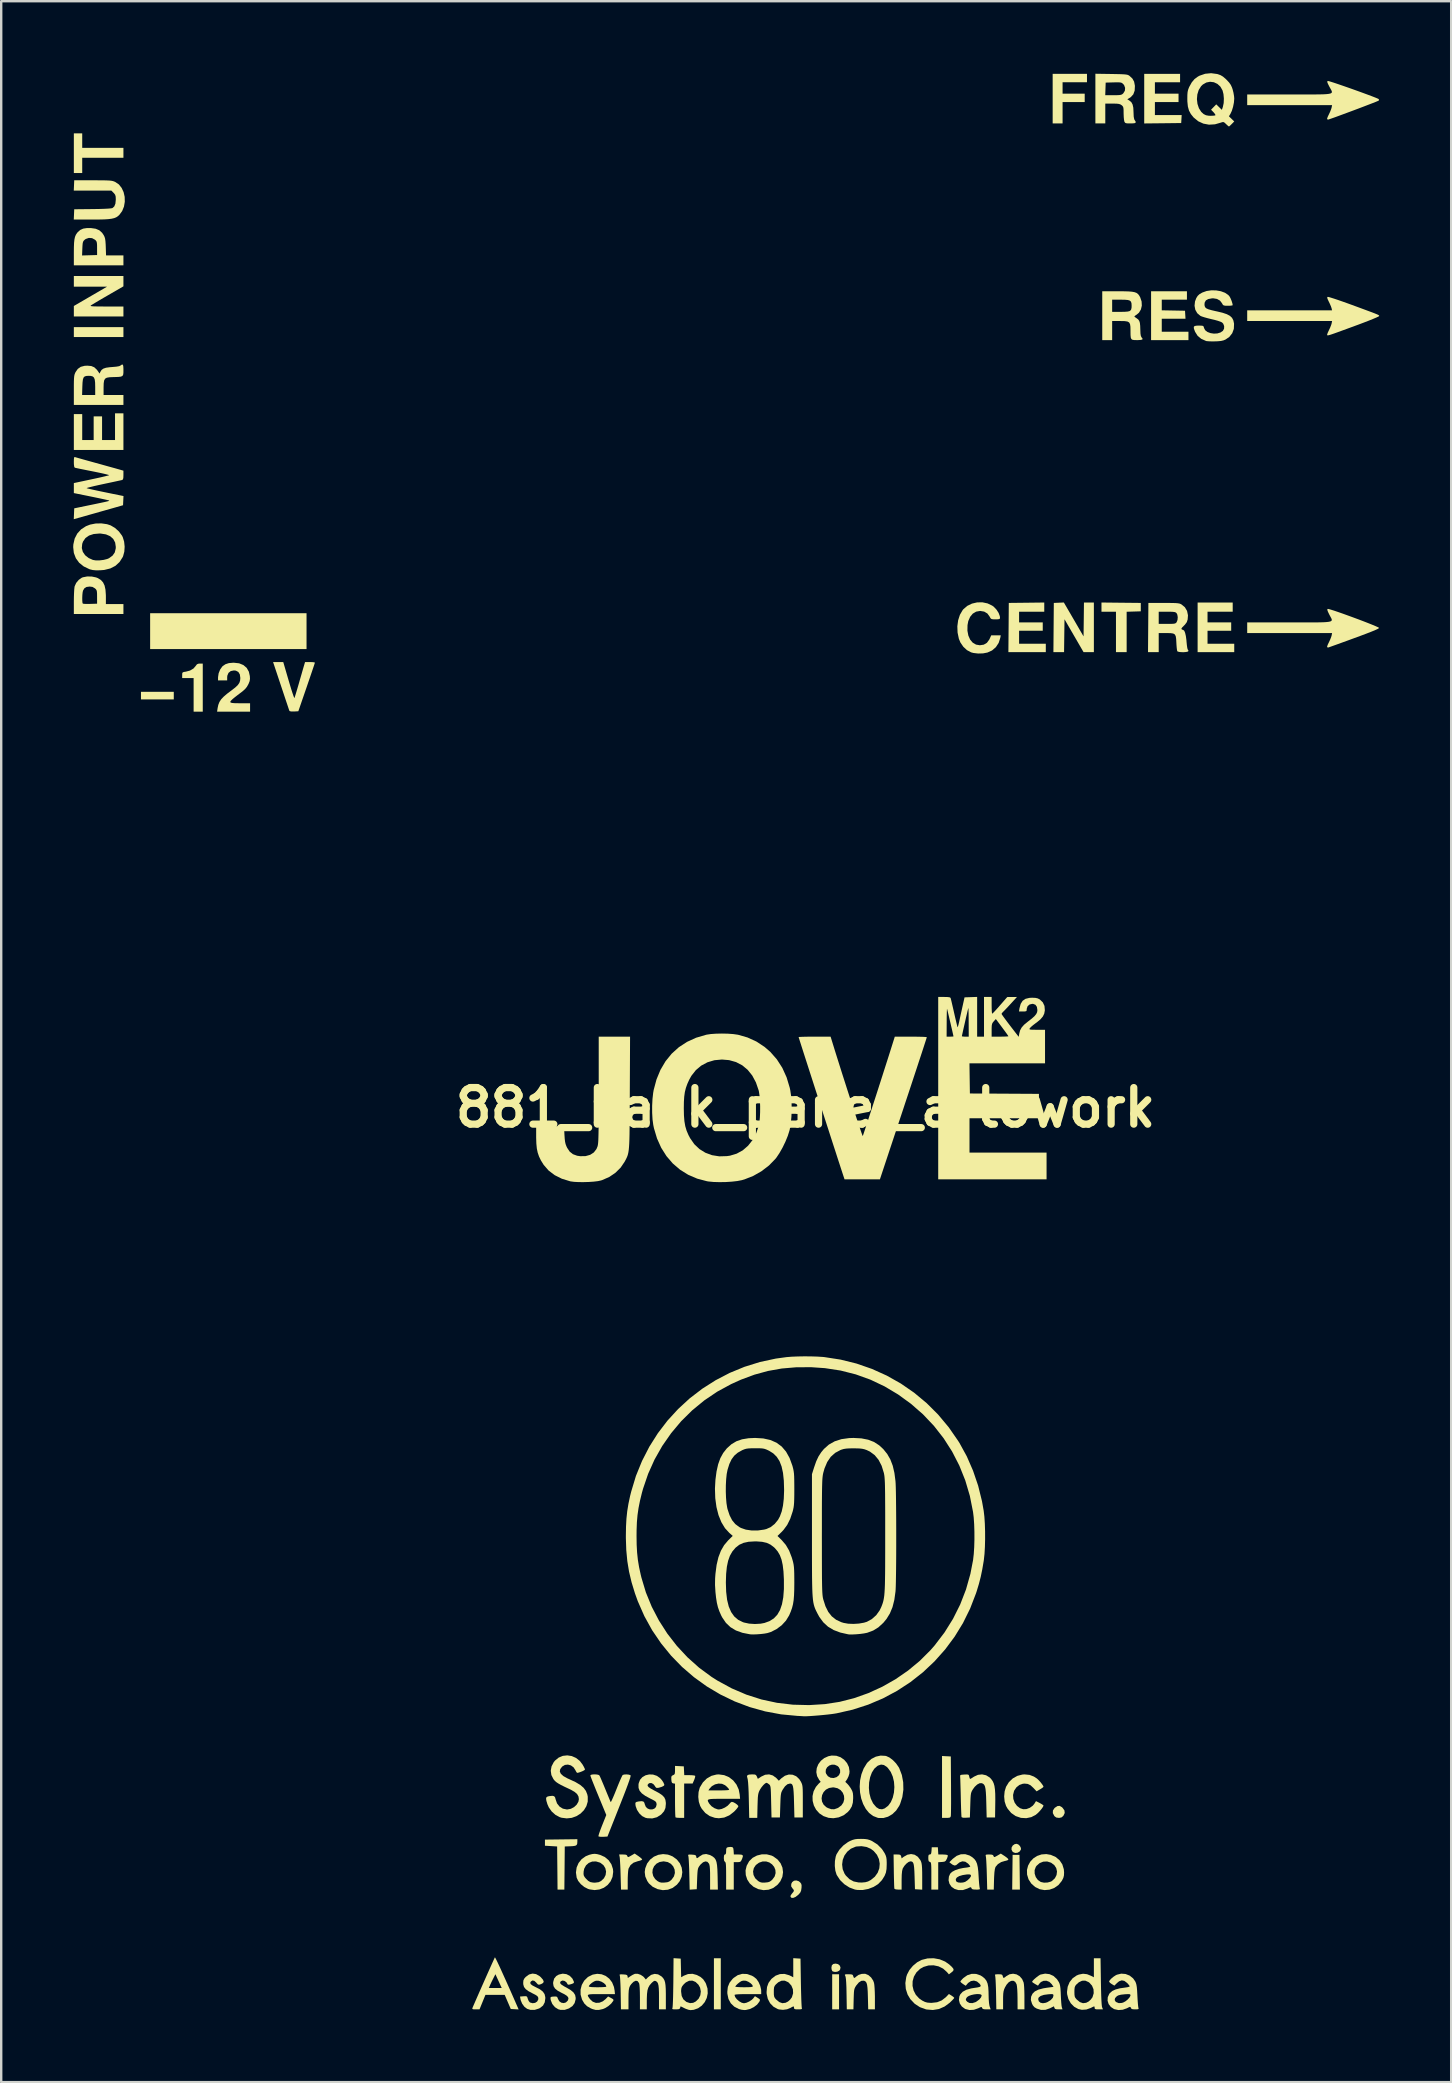
<source format=kicad_pcb>
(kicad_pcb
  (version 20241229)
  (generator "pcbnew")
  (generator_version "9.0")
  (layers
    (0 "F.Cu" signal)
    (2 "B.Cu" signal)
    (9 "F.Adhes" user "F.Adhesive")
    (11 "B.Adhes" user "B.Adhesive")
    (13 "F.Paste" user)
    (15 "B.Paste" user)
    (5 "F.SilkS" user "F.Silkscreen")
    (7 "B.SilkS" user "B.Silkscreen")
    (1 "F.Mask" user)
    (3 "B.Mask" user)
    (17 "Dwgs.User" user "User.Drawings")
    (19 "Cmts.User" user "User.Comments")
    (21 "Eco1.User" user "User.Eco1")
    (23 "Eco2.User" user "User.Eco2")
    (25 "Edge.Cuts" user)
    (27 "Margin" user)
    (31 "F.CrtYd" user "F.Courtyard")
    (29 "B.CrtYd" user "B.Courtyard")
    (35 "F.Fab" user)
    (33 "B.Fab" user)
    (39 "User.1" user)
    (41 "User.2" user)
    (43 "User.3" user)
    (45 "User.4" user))
  (footprint "881_back_panel_artowork"
    (layer "F.Cu")
    (at 30.513 43.102)
    (property "Reference" "881_back_panel_artowork" (at 0 0 0) (layer "F.SilkS") (effects (font (size 1.524 1.524) (thickness 0.3))))
    (attr through_hole)
    (fp_poly (pts (xy -28.42 -32.108) (xy -30.486 -32.108) (xy -30.486 -32.521) (xy -28.42 -32.521)) (stroke (width 0) (type solid)) (fill yes) (layer "F.SilkS"))
    (fp_poly (pts (xy -26.322 -17.008) (xy -27.689 -17.008) (xy -27.689 -17.325) (xy -26.322 -17.325)) (stroke (width 0) (type solid)) (fill yes) (layer "F.SilkS"))
    (fp_poly (pts (xy -20.79 -19.106) (xy -27.307 -19.106) (xy -27.307 -20.6) (xy -20.79 -20.6)) (stroke (width 0) (type solid)) (fill yes) (layer "F.SilkS"))
    (fp_poly (pts (xy -3.529 37.575) (xy -3.815 37.575) (xy -3.815 35.446) (xy -3.529 35.446)) (stroke (width 0) (type solid)) (fill yes) (layer "F.SilkS"))
    (fp_poly (pts (xy 1.399 37.575) (xy 1.113 37.575) (xy 1.113 36.113) (xy 1.399 36.113)) (stroke (width 0) (type solid)) (fill yes) (layer "F.SilkS"))
    (fp_poly (pts (xy 8.926 31.861) (xy 8.934 32.584) (xy 8.614 32.584) (xy 8.622 31.861) (xy 8.631 31.138) (xy 8.917 31.138)) (stroke (width 0) (type solid)) (fill yes) (layer "F.SilkS"))
    (fp_poly (pts (xy -30.137 -39.991) (xy -28.42 -39.991) (xy -28.42 -39.578) (xy -30.137 -39.578) (xy -30.137 -38.942) (xy -30.486 -38.942) (xy -30.486 -40.595) (xy -30.137 -40.595)) (stroke (width 0) (type solid)) (fill yes) (layer "F.SilkS"))
    (fp_poly (pts (xy 11.73 -42.725) (xy 10.713 -42.725) (xy 10.713 -42.249) (xy 11.635 -42.249) (xy 11.635 -41.899) (xy 10.713 -41.899) (xy 10.713 -41.009) (xy 10.3 -41.009) (xy 10.3 -43.075) (xy 11.73 -43.075)) (stroke (width 0) (type solid)) (fill yes) (layer "F.SilkS"))
    (fp_poly (pts (xy 13.153 -21.037) (xy 13.972 -21.029) (xy 13.972 -20.679) (xy 13.678 -20.67) (xy 13.383 -20.661) (xy 13.383 -18.978) (xy 12.938 -18.978) (xy 12.938 -20.663) (xy 12.334 -20.663) (xy 12.334 -21.046)) (stroke (width 0) (type solid)) (fill yes) (layer "F.SilkS"))
    (fp_poly (pts (xy -28.42 -27.403) (xy -30.486 -27.403) (xy -30.486 -28.897) (xy -30.137 -28.897) (xy -30.137 -27.816) (xy -29.66 -27.816) (xy -29.66 -28.802) (xy -29.31 -28.802) (xy -29.31 -27.816) (xy -28.77 -27.816) (xy -28.77 -28.929) (xy -28.42 -28.929)) (stroke (width 0) (type solid)) (fill yes) (layer "F.SilkS"))
    (fp_poly (pts (xy 17.802 -20.663) (xy 16.753 -20.663) (xy 16.753 -20.218) (xy 17.739 -20.218) (xy 17.739 -19.869) (xy 16.753 -19.869) (xy 16.753 -19.328) (xy 17.866 -19.328) (xy 17.866 -18.978) (xy 16.34 -18.978) (xy 16.34 -21.045) (xy 17.802 -21.045)) (stroke (width 0) (type solid)) (fill yes) (layer "F.SilkS"))
    (fp_poly (pts (xy 1.359 35.691) (xy 1.429 35.751) (xy 1.46 35.831) (xy 1.443 35.916) (xy 1.404 35.965) (xy 1.326 36.005) (xy 1.229 36.016) (xy 1.144 35.997) (xy 1.119 35.98) (xy 1.092 35.922) (xy 1.081 35.843) (xy 1.099 35.74) (xy 1.159 35.684) (xy 1.257 35.668)) (stroke (width 0) (type solid)) (fill yes) (layer "F.SilkS"))
    (fp_poly (pts (xy 8.87 30.704) (xy 8.936 30.769) (xy 8.977 30.851) (xy 8.978 30.913) (xy 8.924 30.998) (xy 8.838 31.049) (xy 8.738 31.059) (xy 8.648 31.022) (xy 8.633 31.009) (xy 8.586 30.924) (xy 8.589 30.832) (xy 8.635 30.749) (xy 8.715 30.692) (xy 8.795 30.677)) (stroke (width 0) (type solid)) (fill yes) (layer "F.SilkS"))
    (fp_poly (pts (xy 9.95 -20.663) (xy 8.901 -20.663) (xy 8.901 -20.218) (xy 9.887 -20.218) (xy 9.887 -19.869) (xy 8.901 -19.869) (xy 8.901 -19.328) (xy 10.014 -19.328) (xy 10.014 -18.978) (xy 8.455 -18.978) (xy 8.464 -20.004) (xy 8.472 -21.029) (xy 9.211 -21.037) (xy 9.95 -21.046)) (stroke (width 0) (type solid)) (fill yes) (layer "F.SilkS"))
    (fp_poly (pts (xy 11.177 -20.341) (xy 11.587 -19.634) (xy 11.596 -20.339) (xy 11.604 -21.045) (xy 12.017 -21.045) (xy 12.017 -18.978) (xy 11.587 -18.978) (xy 10.793 -20.349) (xy 10.784 -19.664) (xy 10.775 -18.978) (xy 10.331 -18.978) (xy 10.348 -21.029) (xy 10.557 -21.038) (xy 10.766 -21.047)) (stroke (width 0) (type solid)) (fill yes) (layer "F.SilkS"))
    (fp_poly (pts (xy 15.609 -42.725) (xy 14.56 -42.725) (xy 14.56 -42.249) (xy 15.545 -42.249) (xy 15.545 -41.899) (xy 14.56 -41.899) (xy 14.56 -41.358) (xy 15.676 -41.358) (xy 15.666 -41.192) (xy 15.656 -41.025) (xy 14.886 -41.016) (xy 14.115 -41.008) (xy 14.115 -43.075) (xy 15.609 -43.075)) (stroke (width 0) (type solid)) (fill yes) (layer "F.SilkS"))
    (fp_poly (pts (xy 15.895 -33.665) (xy 14.846 -33.665) (xy 14.846 -33.222) (xy 15.331 -33.213) (xy 15.815 -33.204) (xy 15.825 -33.037) (xy 15.835 -32.871) (xy 14.846 -32.871) (xy 14.846 -32.33) (xy 15.958 -32.33) (xy 15.958 -31.98) (xy 14.401 -31.98) (xy 14.401 -34.015) (xy 15.895 -34.015)) (stroke (width 0) (type solid)) (fill yes) (layer "F.SilkS"))
    (fp_poly (pts (xy -25.114 -16.499) (xy -25.495 -16.499) (xy -25.495 -17.898) (xy -25.972 -17.898) (xy -25.972 -18.021) (xy -25.969 -18.095) (xy -25.95 -18.134) (xy -25.897 -18.153) (xy -25.821 -18.164) (xy -25.645 -18.211) (xy -25.501 -18.296) (xy -25.406 -18.407) (xy -25.356 -18.472) (xy -25.291 -18.498) (xy -25.233 -18.501) (xy -25.114 -18.502)) (stroke (width 0) (type solid)) (fill yes) (layer "F.SilkS"))
    (fp_poly (pts (xy -9.506 30.589) (xy -9.512 30.674) (xy -9.537 30.728) (xy -9.594 30.759) (xy -9.695 30.774) (xy -9.792 30.779) (xy -10.03 30.788) (xy -10.038 31.686) (xy -10.047 32.584) (xy -10.331 32.584) (xy -10.339 31.686) (xy -10.348 30.788) (xy -10.602 30.772) (xy -10.856 30.757) (xy -10.856 30.502) (xy -9.505 30.485)) (stroke (width 0) (type solid)) (fill yes) (layer "F.SilkS"))
    (fp_poly (pts (xy 5.873 27.028) (xy 6.056 27.037) (xy 6.065 28.245) (xy 6.066 28.519) (xy 6.067 28.774) (xy 6.067 29.005) (xy 6.065 29.202) (xy 6.063 29.359) (xy 6.06 29.468) (xy 6.057 29.522) (xy 6.056 29.525) (xy 6.039 29.566) (xy 6.001 29.588) (xy 5.926 29.596) (xy 5.865 29.596) (xy 5.69 29.596) (xy 5.69 27.018)) (stroke (width 0) (type solid)) (fill yes) (layer "F.SilkS"))
    (fp_poly (pts (xy 10.68 29.147) (xy 10.716 29.181) (xy 10.79 29.286) (xy 10.802 29.393) (xy 10.75 29.502) (xy 10.743 29.512) (xy 10.675 29.574) (xy 10.586 29.595) (xy 10.554 29.596) (xy 10.454 29.583) (xy 10.384 29.534) (xy 10.366 29.512) (xy 10.307 29.398) (xy 10.311 29.289) (xy 10.377 29.188) (xy 10.398 29.17) (xy 10.5 29.104) (xy 10.589 29.096)) (stroke (width 0) (type solid)) (fill yes) (layer "F.SilkS"))
    (fp_poly (pts (xy -28.42 -34.221) (xy -29.069 -33.845) (xy -29.256 -33.737) (xy -29.427 -33.637) (xy -29.573 -33.55) (xy -29.686 -33.482) (xy -29.757 -33.438) (xy -29.776 -33.425) (xy -29.788 -33.411) (xy -29.777 -33.4) (xy -29.735 -33.392) (xy -29.656 -33.386) (xy -29.533 -33.383) (xy -29.36 -33.381) (xy -29.131 -33.38) (xy -29.127 -33.38) (xy -28.42 -33.379) (xy -28.42 -32.966) (xy -30.486 -32.966) (xy -30.486 -33.402) (xy -29.104 -34.206) (xy -30.486 -34.206) (xy -30.486 -34.651) (xy -28.42 -34.651)) (stroke (width 0) (type solid)) (fill yes) (layer "F.SilkS"))
    (fp_poly (pts (xy -0.28 32.236) (xy -0.224 32.281) (xy -0.18 32.338) (xy -0.162 32.402) (xy -0.164 32.497) (xy -0.167 32.525) (xy -0.183 32.632) (xy -0.218 32.71) (xy -0.285 32.787) (xy -0.313 32.813) (xy -0.417 32.892) (xy -0.512 32.931) (xy -0.585 32.927) (xy -0.625 32.885) (xy -0.617 32.827) (xy -0.565 32.753) (xy -0.56 32.748) (xy -0.497 32.671) (xy -0.482 32.615) (xy -0.515 32.562) (xy -0.54 32.537) (xy -0.596 32.449) (xy -0.592 32.347) (xy -0.555 32.274) (xy -0.479 32.215) (xy -0.381 32.203)) (stroke (width 0) (type solid)) (fill yes) (layer "F.SilkS"))
    (fp_poly (pts (xy -6.96 31.19) (xy -6.877 31.252) (xy -6.82 31.304) (xy -6.803 31.33) (xy -6.832 31.354) (xy -6.905 31.381) (xy -6.988 31.402) (xy -7.164 31.463) (xy -7.29 31.564) (xy -7.369 31.705) (xy -7.376 31.728) (xy -7.388 31.804) (xy -7.398 31.925) (xy -7.405 32.074) (xy -7.407 32.211) (xy -7.407 32.584) (xy -7.686 32.584) (xy -7.704 31.957) (xy -7.71 31.756) (xy -7.718 31.571) (xy -7.727 31.414) (xy -7.735 31.295) (xy -7.742 31.228) (xy -7.743 31.225) (xy -7.764 31.122) (xy -7.603 31.122) (xy -7.504 31.127) (xy -7.45 31.144) (xy -7.425 31.181) (xy -7.423 31.186) (xy -7.408 31.221) (xy -7.384 31.229) (xy -7.334 31.208) (xy -7.26 31.166) (xy -7.118 31.083)) (stroke (width 0) (type solid)) (fill yes) (layer "F.SilkS"))
    (fp_poly (pts (xy 5.535 31.122) (xy 5.722 31.122) (xy 5.825 31.127) (xy 5.901 31.139) (xy 5.928 31.152) (xy 5.927 31.198) (xy 5.903 31.274) (xy 5.89 31.303) (xy 5.85 31.378) (xy 5.804 31.415) (xy 5.73 31.43) (xy 5.682 31.434) (xy 5.531 31.444) (xy 5.531 32.584) (xy 5.245 32.584) (xy 5.245 32.016) (xy 5.245 31.813) (xy 5.243 31.665) (xy 5.239 31.562) (xy 5.232 31.496) (xy 5.22 31.458) (xy 5.204 31.439) (xy 5.182 31.431) (xy 5.141 31.408) (xy 5.123 31.357) (xy 5.118 31.268) (xy 5.122 31.177) (xy 5.139 31.134) (xy 5.175 31.122) (xy 5.18 31.122) (xy 5.219 31.111) (xy 5.24 31.068) (xy 5.251 30.978) (xy 5.252 30.971) (xy 5.261 30.82) (xy 5.516 30.82)) (stroke (width 0) (type solid)) (fill yes) (layer "F.SilkS"))
    (fp_poly (pts (xy 8.297 31.186) (xy 8.382 31.247) (xy 8.44 31.3) (xy 8.456 31.328) (xy 8.427 31.359) (xy 8.35 31.384) (xy 8.315 31.39) (xy 8.155 31.438) (xy 8.019 31.523) (xy 7.924 31.634) (xy 7.916 31.648) (xy 7.892 31.729) (xy 7.873 31.865) (xy 7.861 32.057) (xy 7.857 32.163) (xy 7.846 32.584) (xy 7.573 32.584) (xy 7.556 31.941) (xy 7.55 31.739) (xy 7.542 31.555) (xy 7.534 31.398) (xy 7.526 31.281) (xy 7.518 31.214) (xy 7.517 31.21) (xy 7.507 31.158) (xy 7.52 31.132) (xy 7.571 31.123) (xy 7.655 31.122) (xy 7.755 31.127) (xy 7.809 31.144) (xy 7.835 31.181) (xy 7.836 31.186) (xy 7.851 31.221) (xy 7.875 31.229) (xy 7.925 31.208) (xy 7.998 31.167) (xy 8.139 31.084)) (stroke (width 0) (type solid)) (fill yes) (layer "F.SilkS"))
    (fp_poly (pts (xy -5.07 27.45) (xy -5.051 27.816) (xy -4.832 27.816) (xy -4.72 27.82) (xy -4.635 27.83) (xy -4.596 27.845) (xy -4.595 27.845) (xy -4.597 27.889) (xy -4.62 27.968) (xy -4.64 28.02) (xy -4.703 28.166) (xy -5.055 28.166) (xy -5.055 29.596) (xy -5.224 29.596) (xy -5.323 29.593) (xy -5.394 29.583) (xy -5.415 29.575) (xy -5.421 29.538) (xy -5.427 29.448) (xy -5.431 29.312) (xy -5.434 29.142) (xy -5.436 28.946) (xy -5.436 28.862) (xy -5.436 28.17) (xy -5.508 28.16) (xy -5.552 28.144) (xy -5.576 28.102) (xy -5.588 28.017) (xy -5.589 27.999) (xy -5.591 27.905) (xy -5.577 27.854) (xy -5.539 27.826) (xy -5.517 27.817) (xy -5.47 27.793) (xy -5.446 27.754) (xy -5.437 27.682) (xy -5.436 27.609) (xy -5.436 27.431)) (stroke (width 0) (type solid)) (fill yes) (layer "F.SilkS"))
    (fp_poly (pts (xy -3.079 30.81) (xy -3.032 30.825) (xy -3.008 30.864) (xy -2.996 30.946) (xy -2.994 30.971) (xy -2.985 31.122) (xy -2.796 31.122) (xy -2.68 31.127) (xy -2.621 31.148) (xy -2.608 31.198) (xy -2.635 31.287) (xy -2.653 31.33) (xy -2.687 31.398) (xy -2.728 31.43) (xy -2.801 31.44) (xy -2.844 31.44) (xy -2.988 31.44) (xy -2.988 32.584) (xy -3.306 32.584) (xy -3.306 32.016) (xy -3.307 31.808) (xy -3.31 31.655) (xy -3.315 31.549) (xy -3.324 31.482) (xy -3.336 31.444) (xy -3.354 31.429) (xy -3.388 31.386) (xy -3.401 31.289) (xy -3.402 31.266) (xy -3.395 31.172) (xy -3.374 31.128) (xy -3.354 31.122) (xy -3.322 31.103) (xy -3.308 31.039) (xy -3.306 30.98) (xy -3.302 30.889) (xy -3.282 30.842) (xy -3.237 30.82) (xy -3.23 30.818) (xy -3.136 30.807)) (stroke (width 0) (type solid)) (fill yes) (layer "F.SilkS"))
    (fp_poly (pts (xy -29.774 -36.649) (xy -29.578 -36.621) (xy -29.427 -36.558) (xy -29.308 -36.452) (xy -29.241 -36.352) (xy -29.207 -36.283) (xy -29.184 -36.207) (xy -29.17 -36.108) (xy -29.16 -35.97) (xy -29.156 -35.867) (xy -29.144 -35.509) (xy -28.42 -35.509) (xy -28.42 -35.096) (xy -30.486 -35.096) (xy -30.486 -35.507) (xy -30.143 -35.507) (xy -29.517 -35.525) (xy -29.518 -35.807) (xy -29.519 -35.943) (xy -29.526 -36.031) (xy -29.541 -36.088) (xy -29.569 -36.129) (xy -29.607 -36.164) (xy -29.727 -36.229) (xy -29.86 -36.239) (xy -29.988 -36.195) (xy -30.032 -36.164) (xy -30.074 -36.123) (xy -30.101 -36.079) (xy -30.117 -36.016) (xy -30.126 -35.918) (xy -30.132 -35.797) (xy -30.143 -35.507) (xy -30.486 -35.507) (xy -30.486 -35.612) (xy -30.484 -35.849) (xy -30.477 -36.033) (xy -30.462 -36.173) (xy -30.438 -36.281) (xy -30.403 -36.367) (xy -30.354 -36.441) (xy -30.324 -36.478) (xy -30.22 -36.57) (xy -30.095 -36.626) (xy -29.935 -36.65)) (stroke (width 0) (type solid)) (fill yes) (layer "F.SilkS"))
    (fp_poly (pts (xy -29.692 -38.64) (xy -29.447 -38.639) (xy -29.256 -38.638) (xy -29.112 -38.634) (xy -29.004 -38.629) (xy -28.924 -38.62) (xy -28.862 -38.608) (xy -28.811 -38.591) (xy -28.764 -38.571) (xy -28.612 -38.469) (xy -28.495 -38.323) (xy -28.413 -38.147) (xy -28.368 -37.95) (xy -28.363 -37.745) (xy -28.397 -37.544) (xy -28.473 -37.357) (xy -28.588 -37.201) (xy -28.65 -37.144) (xy -28.719 -37.098) (xy -28.802 -37.064) (xy -28.908 -37.039) (xy -29.044 -37.021) (xy -29.219 -37.01) (xy -29.441 -37.005) (xy -29.717 -37.003) (xy -29.747 -37.003) (xy -30.489 -37.003) (xy -30.47 -37.432) (xy -29.708 -37.44) (xy -29.437 -37.444) (xy -29.215 -37.451) (xy -29.045 -37.46) (xy -28.93 -37.471) (xy -28.877 -37.483) (xy -28.8 -37.553) (xy -28.754 -37.668) (xy -28.738 -37.834) (xy -28.738 -37.85) (xy -28.743 -37.96) (xy -28.764 -38.034) (xy -28.81 -38.097) (xy -28.831 -38.118) (xy -28.924 -38.211) (xy -30.489 -38.211) (xy -30.47 -38.64)) (stroke (width 0) (type solid)) (fill yes) (layer "F.SilkS"))
    (fp_poly (pts (xy -20.541 -18.562) (xy -20.468 -18.553) (xy -20.442 -18.541) (xy -20.452 -18.507) (xy -20.48 -18.419) (xy -20.525 -18.286) (xy -20.583 -18.114) (xy -20.652 -17.911) (xy -20.73 -17.683) (xy -20.787 -17.516) (xy -21.132 -16.515) (xy -21.311 -16.505) (xy -21.429 -16.505) (xy -21.493 -16.521) (xy -21.506 -16.537) (xy -21.52 -16.576) (xy -21.551 -16.668) (xy -21.597 -16.806) (xy -21.656 -16.981) (xy -21.725 -17.188) (xy -21.801 -17.417) (xy -21.853 -17.572) (xy -22.184 -18.565) (xy -21.972 -18.565) (xy -21.76 -18.565) (xy -21.538 -17.804) (xy -21.476 -17.597) (xy -21.42 -17.413) (xy -21.371 -17.261) (xy -21.332 -17.147) (xy -21.306 -17.08) (xy -21.297 -17.065) (xy -21.282 -17.101) (xy -21.254 -17.189) (xy -21.215 -17.317) (xy -21.167 -17.478) (xy -21.114 -17.659) (xy -21.113 -17.663) (xy -21.058 -17.857) (xy -21.004 -18.042) (xy -20.958 -18.204) (xy -20.921 -18.331) (xy -20.9 -18.402) (xy -20.852 -18.565) (xy -20.646 -18.565)) (stroke (width 0) (type solid)) (fill yes) (layer "F.SilkS"))
    (fp_poly (pts (xy -12.924 35.43) (xy -12.883 35.508) (xy -12.82 35.638) (xy -12.736 35.817) (xy -12.634 36.042) (xy -12.513 36.309) (xy -12.376 36.616) (xy -12.224 36.958) (xy -12.059 37.334) (xy -12.033 37.394) (xy -11.952 37.579) (xy -12.116 37.569) (xy -12.28 37.56) (xy -12.533 36.971) (xy -12.934 36.971) (xy -13.336 36.972) (xy -13.459 37.273) (xy -13.582 37.575) (xy -13.74 37.575) (xy -13.834 37.573) (xy -13.877 37.561) (xy -13.882 37.534) (xy -13.878 37.52) (xy -13.855 37.465) (xy -13.811 37.363) (xy -13.75 37.223) (xy -13.675 37.052) (xy -13.59 36.858) (xy -13.514 36.685) (xy -13.194 36.685) (xy -12.657 36.685) (xy -12.92 36.11) (xy -13.013 36.294) (xy -13.071 36.41) (xy -13.122 36.519) (xy -13.15 36.582) (xy -13.194 36.685) (xy -13.514 36.685) (xy -13.498 36.649) (xy -13.403 36.434) (xy -13.308 36.22) (xy -13.217 36.015) (xy -13.133 35.827) (xy -13.06 35.665) (xy -13.001 35.535) (xy -12.961 35.447) (xy -12.942 35.408) (xy -12.941 35.407)) (stroke (width 0) (type solid)) (fill yes) (layer "F.SilkS"))
    (fp_poly (pts (xy -29.741 -22.129) (xy -29.56 -22.092) (xy -29.486 -22.063) (xy -29.36 -21.985) (xy -29.268 -21.884) (xy -29.205 -21.752) (xy -29.168 -21.58) (xy -29.152 -21.357) (xy -29.151 -21.275) (xy -29.151 -20.981) (xy -28.42 -20.981) (xy -28.42 -20.568) (xy -30.486 -20.568) (xy -30.486 -21.085) (xy -30.484 -21.245) (xy -30.136 -21.245) (xy -30.135 -21.132) (xy -30.128 -21.044) (xy -30.114 -21.001) (xy -30.075 -20.992) (xy -29.987 -20.987) (xy -29.867 -20.987) (xy -29.804 -20.988) (xy -29.517 -20.997) (xy -29.518 -21.279) (xy -29.519 -21.415) (xy -29.526 -21.504) (xy -29.541 -21.56) (xy -29.569 -21.601) (xy -29.607 -21.636) (xy -29.709 -21.696) (xy -29.828 -21.711) (xy -29.96 -21.693) (xy -30.049 -21.636) (xy -30.104 -21.541) (xy -30.12 -21.469) (xy -30.131 -21.363) (xy -30.136 -21.245) (xy -30.484 -21.245) (xy -30.484 -21.269) (xy -30.478 -21.441) (xy -30.47 -21.585) (xy -30.459 -21.687) (xy -30.453 -21.721) (xy -30.388 -21.863) (xy -30.284 -21.988) (xy -30.159 -22.077) (xy -30.111 -22.097) (xy -29.935 -22.131)) (stroke (width 0) (type solid)) (fill yes) (layer "F.SilkS"))
    (fp_poly (pts (xy 4.549 31.132) (xy 4.681 31.217) (xy 4.786 31.355) (xy 4.815 31.416) (xy 4.835 31.48) (xy 4.849 31.57) (xy 4.858 31.694) (xy 4.863 31.864) (xy 4.864 32.061) (xy 4.864 32.588) (xy 4.562 32.569) (xy 4.546 32.041) (xy 4.538 31.824) (xy 4.527 31.662) (xy 4.512 31.548) (xy 4.49 31.474) (xy 4.458 31.431) (xy 4.415 31.412) (xy 4.37 31.408) (xy 4.295 31.434) (xy 4.207 31.501) (xy 4.122 31.594) (xy 4.058 31.696) (xy 4.049 31.716) (xy 4.026 31.813) (xy 4.011 31.968) (xy 4.006 32.18) (xy 4.006 32.202) (xy 4.006 32.584) (xy 3.861 32.584) (xy 3.764 32.576) (xy 3.71 32.553) (xy 3.704 32.545) (xy 3.7 32.502) (xy 3.695 32.406) (xy 3.691 32.266) (xy 3.686 32.092) (xy 3.682 31.894) (xy 3.681 31.814) (xy 3.671 31.122) (xy 3.819 31.122) (xy 3.911 31.126) (xy 3.959 31.144) (xy 3.982 31.186) (xy 3.987 31.203) (xy 4.007 31.284) (xy 4.088 31.221) (xy 4.244 31.132) (xy 4.401 31.103)) (stroke (width 0) (type solid)) (fill yes) (layer "F.SilkS"))
    (fp_poly (pts (xy 8.795 36.118) (xy 8.924 36.193) (xy 9.028 36.313) (xy 9.09 36.456) (xy 9.102 36.529) (xy 9.112 36.651) (xy 9.119 36.808) (xy 9.123 36.985) (xy 9.123 37.075) (xy 9.124 37.575) (xy 8.838 37.575) (xy 8.836 37.107) (xy 8.832 36.911) (xy 8.824 36.742) (xy 8.812 36.611) (xy 8.797 36.53) (xy 8.796 36.527) (xy 8.739 36.428) (xy 8.66 36.383) (xy 8.569 36.389) (xy 8.472 36.443) (xy 8.38 36.545) (xy 8.31 36.666) (xy 8.276 36.746) (xy 8.254 36.824) (xy 8.241 36.917) (xy 8.235 37.042) (xy 8.234 37.202) (xy 8.234 37.575) (xy 7.953 37.575) (xy 7.941 36.9) (xy 7.936 36.696) (xy 7.929 36.512) (xy 7.922 36.357) (xy 7.913 36.242) (xy 7.905 36.177) (xy 7.903 36.169) (xy 7.895 36.136) (xy 7.919 36.119) (xy 7.989 36.114) (xy 8.039 36.113) (xy 8.136 36.116) (xy 8.188 36.131) (xy 8.213 36.166) (xy 8.22 36.193) (xy 8.239 36.25) (xy 8.263 36.266) (xy 8.31 36.239) (xy 8.365 36.194) (xy 8.503 36.114) (xy 8.651 36.09)) (stroke (width 0) (type solid)) (fill yes) (layer "F.SilkS"))
    (fp_poly (pts (xy 10.221 31.137) (xy 10.425 31.226) (xy 10.587 31.361) (xy 10.702 31.533) (xy 10.765 31.738) (xy 10.776 31.871) (xy 10.77 31.997) (xy 10.745 32.097) (xy 10.691 32.204) (xy 10.673 32.233) (xy 10.539 32.397) (xy 10.367 32.516) (xy 10.17 32.588) (xy 9.96 32.606) (xy 9.759 32.569) (xy 9.57 32.476) (xy 9.41 32.334) (xy 9.295 32.158) (xy 9.234 31.96) (xy 9.229 31.773) (xy 9.548 31.773) (xy 9.55 31.92) (xy 9.596 32.063) (xy 9.683 32.184) (xy 9.804 32.267) (xy 9.807 32.268) (xy 9.939 32.296) (xy 10.089 32.29) (xy 10.226 32.251) (xy 10.271 32.226) (xy 10.393 32.112) (xy 10.462 31.977) (xy 10.481 31.831) (xy 10.449 31.689) (xy 10.367 31.563) (xy 10.235 31.465) (xy 10.234 31.464) (xy 10.071 31.413) (xy 9.906 31.421) (xy 9.755 31.482) (xy 9.629 31.594) (xy 9.598 31.638) (xy 9.548 31.773) (xy 9.229 31.773) (xy 9.229 31.767) (xy 9.276 31.586) (xy 9.366 31.423) (xy 9.493 31.286) (xy 9.651 31.183) (xy 9.834 31.12) (xy 10.034 31.105)) (stroke (width 0) (type solid)) (fill yes) (layer "F.SilkS"))
    (fp_poly (pts (xy -5.73 31.127) (xy -5.538 31.201) (xy -5.362 31.329) (xy -5.235 31.488) (xy -5.158 31.668) (xy -5.132 31.86) (xy -5.16 32.053) (xy -5.243 32.238) (xy -5.355 32.378) (xy -5.532 32.513) (xy -5.732 32.59) (xy -5.945 32.608) (xy -6.164 32.565) (xy -6.167 32.564) (xy -6.369 32.465) (xy -6.525 32.325) (xy -6.593 32.226) (xy -6.675 32.038) (xy -6.695 31.878) (xy -6.378 31.878) (xy -6.346 32.018) (xy -6.263 32.147) (xy -6.167 32.229) (xy -6.088 32.273) (xy -6.008 32.293) (xy -5.898 32.293) (xy -5.872 32.291) (xy -5.757 32.278) (xy -5.678 32.25) (xy -5.606 32.196) (xy -5.573 32.164) (xy -5.48 32.033) (xy -5.441 31.891) (xy -5.453 31.75) (xy -5.51 31.62) (xy -5.606 31.512) (xy -5.738 31.438) (xy -5.901 31.409) (xy -5.913 31.408) (xy -6.078 31.435) (xy -6.211 31.506) (xy -6.308 31.611) (xy -6.365 31.739) (xy -6.378 31.878) (xy -6.695 31.878) (xy -6.698 31.851) (xy -6.676 31.696) (xy -6.599 31.499) (xy -6.476 31.337) (xy -6.318 31.214) (xy -6.134 31.136) (xy -5.934 31.105)) (stroke (width 0) (type solid)) (fill yes) (layer "F.SilkS"))
    (fp_poly (pts (xy -8.679 31.107) (xy -8.555 31.14) (xy -8.36 31.228) (xy -8.202 31.361) (xy -8.087 31.53) (xy -8.023 31.725) (xy -8.012 31.846) (xy -8.04 32.056) (xy -8.119 32.239) (xy -8.243 32.392) (xy -8.401 32.508) (xy -8.585 32.58) (xy -8.788 32.605) (xy -9 32.575) (xy -9.06 32.556) (xy -9.217 32.476) (xy -9.359 32.36) (xy -9.471 32.223) (xy -9.534 32.089) (xy -9.555 31.937) (xy -9.248 31.937) (xy -9.234 32.008) (xy -9.193 32.075) (xy -9.153 32.122) (xy -9.057 32.218) (xy -8.965 32.271) (xy -8.85 32.293) (xy -8.771 32.296) (xy -8.618 32.276) (xy -8.516 32.226) (xy -8.397 32.113) (xy -8.328 31.978) (xy -8.309 31.833) (xy -8.34 31.692) (xy -8.419 31.566) (xy -8.547 31.468) (xy -8.564 31.46) (xy -8.73 31.411) (xy -8.889 31.417) (xy -9.031 31.474) (xy -9.145 31.575) (xy -9.22 31.714) (xy -9.244 31.832) (xy -9.248 31.937) (xy -9.555 31.937) (xy -9.564 31.872) (xy -9.536 31.665) (xy -9.455 31.477) (xy -9.327 31.317) (xy -9.157 31.195) (xy -9.015 31.137) (xy -8.886 31.104) (xy -8.784 31.094)) (stroke (width 0) (type solid)) (fill yes) (layer "F.SilkS"))
    (fp_poly (pts (xy -3.985 31.143) (xy -3.952 31.158) (xy -3.862 31.209) (xy -3.793 31.267) (xy -3.743 31.339) (xy -3.708 31.436) (xy -3.685 31.567) (xy -3.671 31.74) (xy -3.663 31.966) (xy -3.661 32.036) (xy -3.651 32.584) (xy -3.974 32.584) (xy -3.974 32.09) (xy -3.975 31.883) (xy -3.981 31.73) (xy -3.99 31.621) (xy -4.005 31.545) (xy -4.022 31.502) (xy -4.087 31.427) (xy -4.171 31.41) (xy -4.267 31.447) (xy -4.37 31.538) (xy -4.425 31.608) (xy -4.455 31.656) (xy -4.477 31.71) (xy -4.492 31.783) (xy -4.502 31.888) (xy -4.51 32.036) (xy -4.514 32.139) (xy -4.53 32.569) (xy -4.678 32.578) (xy -4.826 32.588) (xy -4.841 31.926) (xy -4.846 31.723) (xy -4.854 31.538) (xy -4.862 31.382) (xy -4.87 31.265) (xy -4.878 31.199) (xy -4.88 31.192) (xy -4.89 31.15) (xy -4.876 31.129) (xy -4.824 31.124) (xy -4.733 31.128) (xy -4.632 31.137) (xy -4.579 31.155) (xy -4.556 31.187) (xy -4.552 31.21) (xy -4.54 31.263) (xy -4.515 31.275) (xy -4.466 31.245) (xy -4.414 31.203) (xy -4.28 31.122) (xy -4.139 31.102)) (stroke (width 0) (type solid)) (fill yes) (layer "F.SilkS"))
    (fp_poly (pts (xy -1.416 31.166) (xy -1.342 31.201) (xy -1.165 31.329) (xy -1.037 31.488) (xy -0.96 31.669) (xy -0.935 31.86) (xy -0.963 32.054) (xy -1.047 32.239) (xy -1.159 32.378) (xy -1.336 32.513) (xy -1.535 32.59) (xy -1.749 32.608) (xy -1.968 32.565) (xy -1.971 32.564) (xy -2.166 32.467) (xy -2.319 32.331) (xy -2.427 32.166) (xy -2.487 31.981) (xy -2.495 31.83) (xy -2.184 31.83) (xy -2.165 31.975) (xy -2.095 32.112) (xy -1.973 32.227) (xy -1.971 32.229) (xy -1.892 32.273) (xy -1.812 32.293) (xy -1.702 32.293) (xy -1.675 32.291) (xy -1.561 32.278) (xy -1.482 32.25) (xy -1.41 32.196) (xy -1.377 32.164) (xy -1.283 32.035) (xy -1.245 31.898) (xy -1.254 31.764) (xy -1.305 31.639) (xy -1.391 31.534) (xy -1.504 31.455) (xy -1.638 31.412) (xy -1.787 31.413) (xy -1.937 31.464) (xy -2.069 31.562) (xy -2.152 31.688) (xy -2.184 31.83) (xy -2.495 31.83) (xy -2.497 31.787) (xy -2.451 31.592) (xy -2.349 31.406) (xy -2.343 31.398) (xy -2.2 31.26) (xy -2.021 31.165) (xy -1.822 31.116) (xy -1.615 31.115)) (stroke (width 0) (type solid)) (fill yes) (layer "F.SilkS"))
    (fp_poly (pts (xy 2.498 36.096) (xy 2.622 36.148) (xy 2.735 36.247) (xy 2.821 36.377) (xy 2.856 36.473) (xy 2.869 36.557) (xy 2.88 36.689) (xy 2.888 36.853) (xy 2.893 37.032) (xy 2.893 37.097) (xy 2.893 37.575) (xy 2.614 37.575) (xy 2.601 37.059) (xy 2.594 36.838) (xy 2.583 36.672) (xy 2.567 36.552) (xy 2.543 36.471) (xy 2.509 36.42) (xy 2.464 36.391) (xy 2.431 36.38) (xy 2.328 36.387) (xy 2.222 36.455) (xy 2.113 36.585) (xy 2.106 36.596) (xy 2.07 36.654) (xy 2.046 36.708) (xy 2.029 36.774) (xy 2.019 36.864) (xy 2.013 36.992) (xy 2.008 37.152) (xy 1.998 37.575) (xy 1.722 37.575) (xy 1.711 36.916) (xy 1.706 36.657) (xy 1.697 36.457) (xy 1.686 36.313) (xy 1.672 36.222) (xy 1.66 36.185) (xy 1.64 36.144) (xy 1.647 36.123) (xy 1.694 36.114) (xy 1.793 36.113) (xy 1.794 36.113) (xy 1.896 36.116) (xy 1.952 36.129) (xy 1.979 36.158) (xy 1.99 36.193) (xy 2.015 36.257) (xy 2.052 36.264) (xy 2.109 36.214) (xy 2.113 36.21) (xy 2.213 36.139) (xy 2.346 36.097) (xy 2.482 36.093)) (stroke (width 0) (type solid)) (fill yes) (layer "F.SilkS"))
    (fp_poly (pts (xy 21.802 -33.776) (xy 21.895 -33.749) (xy 22.031 -33.706) (xy 22.204 -33.648) (xy 22.407 -33.577) (xy 22.631 -33.497) (xy 22.738 -33.458) (xy 23.032 -33.35) (xy 23.273 -33.261) (xy 23.464 -33.19) (xy 23.613 -33.135) (xy 23.724 -33.092) (xy 23.802 -33.06) (xy 23.854 -33.037) (xy 23.885 -33.019) (xy 23.9 -33.006) (xy 23.905 -32.995) (xy 23.906 -32.984) (xy 23.906 -32.983) (xy 23.877 -32.963) (xy 23.794 -32.924) (xy 23.663 -32.868) (xy 23.49 -32.798) (xy 23.281 -32.717) (xy 23.041 -32.626) (xy 22.893 -32.572) (xy 22.605 -32.466) (xy 22.37 -32.38) (xy 22.184 -32.312) (xy 22.04 -32.26) (xy 21.932 -32.223) (xy 21.855 -32.198) (xy 21.804 -32.184) (xy 21.771 -32.178) (xy 21.753 -32.179) (xy 21.742 -32.184) (xy 21.737 -32.189) (xy 21.74 -32.225) (xy 21.768 -32.301) (xy 21.81 -32.389) (xy 21.863 -32.503) (xy 21.905 -32.611) (xy 21.923 -32.672) (xy 21.943 -32.775) (xy 18.406 -32.775) (xy 18.406 -33.22) (xy 21.942 -33.22) (xy 21.922 -33.308) (xy 21.897 -33.383) (xy 21.852 -33.488) (xy 21.808 -33.579) (xy 21.76 -33.682) (xy 21.74 -33.742) (xy 21.748 -33.773) (xy 21.762 -33.782)) (stroke (width 0) (type solid)) (fill yes) (layer "F.SilkS"))
    (fp_poly (pts (xy -23.599 -18.513) (xy -23.421 -18.44) (xy -23.284 -18.323) (xy -23.193 -18.162) (xy -23.153 -17.982) (xy -23.147 -17.866) (xy -23.161 -17.771) (xy -23.203 -17.665) (xy -23.22 -17.63) (xy -23.276 -17.531) (xy -23.347 -17.444) (xy -23.447 -17.353) (xy -23.55 -17.274) (xy -23.668 -17.185) (xy -23.777 -17.1) (xy -23.859 -17.033) (xy -23.882 -17.012) (xy -23.943 -16.952) (xy -23.969 -16.908) (xy -23.955 -16.879) (xy -23.896 -16.861) (xy -23.786 -16.852) (xy -23.619 -16.849) (xy -23.556 -16.849) (xy -23.143 -16.849) (xy -23.143 -16.499) (xy -24.517 -16.499) (xy -24.495 -16.649) (xy -24.466 -16.784) (xy -24.42 -16.901) (xy -24.348 -17.012) (xy -24.242 -17.124) (xy -24.096 -17.249) (xy -23.914 -17.386) (xy -23.761 -17.504) (xy -23.655 -17.604) (xy -23.591 -17.696) (xy -23.558 -17.793) (xy -23.549 -17.902) (xy -23.57 -18.051) (xy -23.632 -18.153) (xy -23.735 -18.207) (xy -23.817 -18.216) (xy -23.949 -18.189) (xy -24.042 -18.114) (xy -24.091 -17.997) (xy -24.097 -17.931) (xy -24.097 -17.802) (xy -24.478 -17.802) (xy -24.477 -17.937) (xy -24.453 -18.096) (xy -24.39 -18.253) (xy -24.3 -18.38) (xy -24.284 -18.396) (xy -24.169 -18.475) (xy -24.028 -18.521) (xy -23.846 -18.537) (xy -23.817 -18.537)) (stroke (width 0) (type solid)) (fill yes) (layer "F.SilkS"))
    (fp_poly (pts (xy 9.338 27.806) (xy 9.519 27.876) (xy 9.645 27.958) (xy 9.714 28.022) (xy 9.79 28.105) (xy 9.858 28.192) (xy 9.905 28.264) (xy 9.918 28.301) (xy 9.893 28.328) (xy 9.829 28.373) (xy 9.775 28.406) (xy 9.631 28.491) (xy 9.496 28.347) (xy 9.378 28.238) (xy 9.263 28.182) (xy 9.131 28.168) (xy 9.055 28.175) (xy 8.915 28.224) (xy 8.791 28.322) (xy 8.699 28.457) (xy 8.691 28.475) (xy 8.65 28.64) (xy 8.661 28.807) (xy 8.717 28.964) (xy 8.812 29.096) (xy 8.939 29.192) (xy 9.071 29.236) (xy 9.207 29.23) (xy 9.348 29.177) (xy 9.47 29.09) (xy 9.534 29.013) (xy 9.605 28.898) (xy 9.762 28.977) (xy 9.848 29.026) (xy 9.905 29.066) (xy 9.918 29.083) (xy 9.897 29.137) (xy 9.842 29.217) (xy 9.765 29.309) (xy 9.68 29.397) (xy 9.6 29.465) (xy 9.599 29.467) (xy 9.411 29.565) (xy 9.2 29.609) (xy 8.981 29.596) (xy 8.975 29.595) (xy 8.758 29.521) (xy 8.572 29.392) (xy 8.422 29.212) (xy 8.358 29.099) (xy 8.299 28.915) (xy 8.279 28.704) (xy 8.299 28.491) (xy 8.357 28.301) (xy 8.476 28.108) (xy 8.637 27.953) (xy 8.83 27.845) (xy 9.043 27.79) (xy 9.133 27.785)) (stroke (width 0) (type solid)) (fill yes) (layer "F.SilkS"))
    (fp_poly (pts (xy -8.685 27.79) (xy -8.615 27.808) (xy -8.591 27.824) (xy -8.568 27.865) (xy -8.527 27.955) (xy -8.472 28.084) (xy -8.406 28.24) (xy -8.345 28.388) (xy -8.275 28.559) (xy -8.213 28.709) (xy -8.163 28.83) (xy -8.129 28.91) (xy -8.115 28.939) (xy -8.099 28.919) (xy -8.064 28.849) (xy -8.014 28.736) (xy -7.952 28.59) (xy -7.883 28.418) (xy -7.875 28.399) (xy -7.804 28.221) (xy -7.738 28.063) (xy -7.682 27.936) (xy -7.64 27.848) (xy -7.617 27.809) (xy -7.616 27.809) (xy -7.554 27.79) (xy -7.463 27.785) (xy -7.37 27.793) (xy -7.302 27.813) (xy -7.287 27.824) (xy -7.287 27.855) (xy -7.305 27.928) (xy -7.343 28.044) (xy -7.401 28.208) (xy -7.48 28.42) (xy -7.582 28.685) (xy -7.708 29.005) (xy -7.753 29.119) (xy -8.251 30.375) (xy -8.43 30.385) (xy -8.531 30.385) (xy -8.604 30.376) (xy -8.627 30.365) (xy -8.622 30.327) (xy -8.597 30.241) (xy -8.554 30.119) (xy -8.498 29.972) (xy -8.472 29.906) (xy -8.3 29.476) (xy -8.632 28.671) (xy -8.72 28.458) (xy -8.798 28.264) (xy -8.866 28.095) (xy -8.918 27.961) (xy -8.952 27.868) (xy -8.965 27.826) (xy -8.965 27.826) (xy -8.937 27.801) (xy -8.867 27.787) (xy -8.776 27.783)) (stroke (width 0) (type solid)) (fill yes) (layer "F.SilkS"))
    (fp_poly (pts (xy 7.587 -21.009) (xy 7.781 -20.916) (xy 7.855 -20.86) (xy 7.963 -20.745) (xy 8.048 -20.612) (xy 8.097 -20.48) (xy 8.106 -20.417) (xy 8.101 -20.377) (xy 8.075 -20.356) (xy 8.015 -20.347) (xy 7.917 -20.345) (xy 7.811 -20.347) (xy 7.749 -20.359) (xy 7.711 -20.39) (xy 7.679 -20.449) (xy 7.673 -20.46) (xy 7.58 -20.588) (xy 7.448 -20.667) (xy 7.281 -20.695) (xy 7.277 -20.695) (xy 7.112 -20.666) (xy 6.971 -20.582) (xy 6.861 -20.449) (xy 6.784 -20.273) (xy 6.752 -20.103) (xy 6.748 -19.873) (xy 6.786 -19.67) (xy 6.861 -19.501) (xy 6.969 -19.373) (xy 7.107 -19.292) (xy 7.266 -19.265) (xy 7.431 -19.29) (xy 7.561 -19.368) (xy 7.658 -19.5) (xy 7.669 -19.523) (xy 7.74 -19.678) (xy 8.137 -19.678) (xy 8.118 -19.575) (xy 8.05 -19.363) (xy 7.933 -19.185) (xy 7.774 -19.048) (xy 7.584 -18.962) (xy 7.397 -18.926) (xy 7.191 -18.921) (xy 6.996 -18.944) (xy 6.9 -18.97) (xy 6.728 -19.062) (xy 6.576 -19.204) (xy 6.455 -19.382) (xy 6.392 -19.534) (xy 6.338 -19.792) (xy 6.328 -20.054) (xy 6.361 -20.305) (xy 6.435 -20.534) (xy 6.548 -20.728) (xy 6.579 -20.766) (xy 6.742 -20.906) (xy 6.938 -21.001) (xy 7.153 -21.051) (xy 7.374 -21.054)) (stroke (width 0) (type solid)) (fill yes) (layer "F.SilkS"))
    (fp_poly (pts (xy 21.804 -20.774) (xy 21.896 -20.748) (xy 22.03 -20.706) (xy 22.198 -20.649) (xy 22.39 -20.582) (xy 22.6 -20.506) (xy 22.819 -20.426) (xy 23.038 -20.345) (xy 23.249 -20.265) (xy 23.444 -20.189) (xy 23.614 -20.121) (xy 23.752 -20.063) (xy 23.849 -20.02) (xy 23.896 -19.993) (xy 23.899 -19.988) (xy 23.883 -19.968) (xy 23.825 -19.936) (xy 23.723 -19.889) (xy 23.573 -19.828) (xy 23.372 -19.75) (xy 23.117 -19.654) (xy 22.85 -19.556) (xy 22.605 -19.466) (xy 22.378 -19.384) (xy 22.178 -19.311) (xy 22.01 -19.251) (xy 21.882 -19.205) (xy 21.801 -19.177) (xy 21.773 -19.169) (xy 21.736 -19.188) (xy 21.736 -19.188) (xy 21.739 -19.224) (xy 21.767 -19.299) (xy 21.81 -19.387) (xy 21.863 -19.501) (xy 21.905 -19.609) (xy 21.923 -19.67) (xy 21.943 -19.773) (xy 18.406 -19.773) (xy 18.406 -20.218) (xy 20.171 -20.218) (xy 20.56 -20.218) (xy 20.89 -20.217) (xy 21.166 -20.217) (xy 21.391 -20.219) (xy 21.57 -20.223) (xy 21.707 -20.231) (xy 21.808 -20.243) (xy 21.876 -20.259) (xy 21.915 -20.282) (xy 21.931 -20.311) (xy 21.927 -20.349) (xy 21.908 -20.394) (xy 21.878 -20.449) (xy 21.842 -20.515) (xy 21.826 -20.546) (xy 21.771 -20.66) (xy 21.746 -20.731) (xy 21.747 -20.768) (xy 21.762 -20.78)) (stroke (width 0) (type solid)) (fill yes) (layer "F.SilkS"))
    (fp_poly (pts (xy -29.104 -24.31) (xy -28.953 -24.26) (xy -28.771 -24.153) (xy -28.608 -24.006) (xy -28.482 -23.836) (xy -28.448 -23.77) (xy -28.391 -23.583) (xy -28.369 -23.373) (xy -28.383 -23.164) (xy -28.433 -22.978) (xy -28.449 -22.941) (xy -28.581 -22.734) (xy -28.753 -22.575) (xy -28.965 -22.466) (xy -29.219 -22.403) (xy -29.39 -22.389) (xy -29.563 -22.387) (xy -29.696 -22.399) (xy -29.812 -22.427) (xy -29.841 -22.437) (xy -30.077 -22.551) (xy -30.265 -22.703) (xy -30.402 -22.891) (xy -30.486 -23.11) (xy -30.509 -23.317) (xy -30.154 -23.317) (xy -30.112 -23.157) (xy -30.015 -23.015) (xy -29.867 -22.899) (xy -29.692 -22.821) (xy -29.568 -22.8) (xy -29.41 -22.802) (xy -29.245 -22.822) (xy -29.097 -22.859) (xy -29.022 -22.891) (xy -28.873 -23) (xy -28.781 -23.132) (xy -28.741 -23.297) (xy -28.738 -23.363) (xy -28.765 -23.546) (xy -28.845 -23.696) (xy -28.974 -23.81) (xy -29.148 -23.885) (xy -29.364 -23.919) (xy -29.421 -23.921) (xy -29.659 -23.9) (xy -29.853 -23.837) (xy -30.002 -23.732) (xy -30.103 -23.586) (xy -30.137 -23.491) (xy -30.154 -23.317) (xy -30.509 -23.317) (xy -30.513 -23.356) (xy -30.506 -23.471) (xy -30.451 -23.711) (xy -30.343 -23.92) (xy -30.185 -24.093) (xy -29.98 -24.226) (xy -29.811 -24.292) (xy -29.58 -24.338) (xy -29.337 -24.343)) (stroke (width 0) (type solid)) (fill yes) (layer "F.SilkS"))
    (fp_poly (pts (xy 5.591 35.49) (xy 5.819 35.584) (xy 5.99 35.704) (xy 6.097 35.803) (xy 6.157 35.875) (xy 6.173 35.929) (xy 6.148 35.979) (xy 6.087 36.032) (xy 5.976 36.117) (xy 5.893 36.019) (xy 5.734 35.877) (xy 5.545 35.783) (xy 5.338 35.739) (xy 5.126 35.746) (xy 4.921 35.806) (xy 4.775 35.889) (xy 4.622 36.036) (xy 4.519 36.21) (xy 4.465 36.401) (xy 4.461 36.597) (xy 4.506 36.79) (xy 4.598 36.968) (xy 4.738 37.121) (xy 4.869 37.211) (xy 4.977 37.265) (xy 5.075 37.293) (xy 5.192 37.303) (xy 5.261 37.304) (xy 5.485 37.279) (xy 5.676 37.203) (xy 5.847 37.071) (xy 5.873 37.044) (xy 5.977 36.935) (xy 6.088 37.003) (xy 6.157 37.052) (xy 6.196 37.09) (xy 6.199 37.098) (xy 6.177 37.13) (xy 6.119 37.193) (xy 6.036 37.274) (xy 6.008 37.301) (xy 5.792 37.46) (xy 5.557 37.561) (xy 5.308 37.602) (xy 5.051 37.581) (xy 5.015 37.573) (xy 4.766 37.483) (xy 4.549 37.34) (xy 4.37 37.15) (xy 4.256 36.959) (xy 4.181 36.727) (xy 4.162 36.479) (xy 4.199 36.228) (xy 4.233 36.123) (xy 4.332 35.935) (xy 4.478 35.76) (xy 4.653 35.614) (xy 4.841 35.515) (xy 4.841 35.514) (xy 5.089 35.452) (xy 5.343 35.445)) (stroke (width 0) (type solid)) (fill yes) (layer "F.SilkS"))
    (fp_poly (pts (xy 21.802 -42.772) (xy 21.891 -42.746) (xy 22.023 -42.704) (xy 22.19 -42.648) (xy 22.382 -42.582) (xy 22.592 -42.509) (xy 22.81 -42.432) (xy 23.03 -42.353) (xy 23.241 -42.276) (xy 23.436 -42.204) (xy 23.607 -42.14) (xy 23.745 -42.086) (xy 23.841 -42.046) (xy 23.887 -42.023) (xy 23.888 -42.022) (xy 23.898 -41.979) (xy 23.884 -41.96) (xy 23.849 -41.943) (xy 23.763 -41.907) (xy 23.634 -41.856) (xy 23.47 -41.793) (xy 23.28 -41.72) (xy 23.073 -41.641) (xy 22.855 -41.559) (xy 22.637 -41.478) (xy 22.427 -41.4) (xy 22.232 -41.328) (xy 22.061 -41.265) (xy 21.922 -41.216) (xy 21.825 -41.183) (xy 21.777 -41.168) (xy 21.774 -41.168) (xy 21.736 -41.186) (xy 21.736 -41.187) (xy 21.739 -41.223) (xy 21.767 -41.297) (xy 21.81 -41.386) (xy 21.863 -41.499) (xy 21.905 -41.607) (xy 21.923 -41.668) (xy 21.943 -41.772) (xy 18.406 -41.772) (xy 18.406 -42.217) (xy 20.171 -42.217) (xy 20.561 -42.216) (xy 20.892 -42.216) (xy 21.168 -42.216) (xy 21.394 -42.218) (xy 21.574 -42.222) (xy 21.712 -42.23) (xy 21.813 -42.242) (xy 21.881 -42.258) (xy 21.92 -42.281) (xy 21.936 -42.311) (xy 21.931 -42.349) (xy 21.911 -42.395) (xy 21.88 -42.451) (xy 21.843 -42.517) (xy 21.825 -42.55) (xy 21.77 -42.66) (xy 21.744 -42.728) (xy 21.745 -42.764) (xy 21.764 -42.779)) (stroke (width 0) (type solid)) (fill yes) (layer "F.SilkS"))
    (fp_poly (pts (xy 3.33 27.012) (xy 3.366 27.02) (xy 3.501 27.082) (xy 3.642 27.189) (xy 3.775 27.327) (xy 3.884 27.483) (xy 3.909 27.529) (xy 4.015 27.808) (xy 4.072 28.111) (xy 4.079 28.423) (xy 4.036 28.729) (xy 3.944 29.015) (xy 3.906 29.096) (xy 3.779 29.289) (xy 3.62 29.442) (xy 3.439 29.548) (xy 3.245 29.603) (xy 3.048 29.601) (xy 3.007 29.592) (xy 2.816 29.517) (xy 2.651 29.391) (xy 2.513 29.222) (xy 2.403 29.019) (xy 2.323 28.79) (xy 2.275 28.543) (xy 2.262 28.347) (xy 2.642 28.347) (xy 2.664 28.574) (xy 2.72 28.789) (xy 2.811 28.98) (xy 2.831 29.01) (xy 2.949 29.149) (xy 3.068 29.224) (xy 3.192 29.238) (xy 3.3 29.202) (xy 3.444 29.093) (xy 3.557 28.939) (xy 3.638 28.751) (xy 3.687 28.54) (xy 3.704 28.316) (xy 3.688 28.091) (xy 3.637 27.876) (xy 3.553 27.681) (xy 3.433 27.517) (xy 3.387 27.471) (xy 3.267 27.393) (xy 3.15 27.375) (xy 3.025 27.417) (xy 2.997 27.433) (xy 2.868 27.547) (xy 2.767 27.707) (xy 2.694 27.902) (xy 2.652 28.119) (xy 2.642 28.347) (xy 2.262 28.347) (xy 2.259 28.287) (xy 2.277 28.029) (xy 2.332 27.778) (xy 2.423 27.542) (xy 2.553 27.329) (xy 2.592 27.28) (xy 2.747 27.14) (xy 2.932 27.045) (xy 3.131 27.001)) (stroke (width 0) (type solid)) (fill yes) (layer "F.SilkS"))
    (fp_poly (pts (xy -11.224 36.107) (xy -11.078 36.191) (xy -11.025 36.239) (xy -10.938 36.34) (xy -10.907 36.418) (xy -10.933 36.476) (xy -11.015 36.522) (xy -11.019 36.524) (xy -11.096 36.547) (xy -11.144 36.54) (xy -11.192 36.492) (xy -11.212 36.466) (xy -11.295 36.389) (xy -11.374 36.371) (xy -11.443 36.413) (xy -11.444 36.415) (xy -11.47 36.47) (xy -11.449 36.523) (xy -11.376 36.58) (xy -11.247 36.647) (xy -11.237 36.652) (xy -11.061 36.743) (xy -10.942 36.837) (xy -10.871 36.941) (xy -10.842 37.064) (xy -10.84 37.11) (xy -10.864 37.282) (xy -10.935 37.416) (xy -11.06 37.517) (xy -11.102 37.539) (xy -11.281 37.596) (xy -11.46 37.597) (xy -11.599 37.553) (xy -11.712 37.467) (xy -11.806 37.339) (xy -11.867 37.192) (xy -11.874 37.158) (xy -11.895 37.042) (xy -11.748 37.03) (xy -11.658 37.026) (xy -11.611 37.039) (xy -11.586 37.082) (xy -11.57 37.138) (xy -11.534 37.224) (xy -11.486 37.283) (xy -11.477 37.289) (xy -11.369 37.319) (xy -11.266 37.304) (xy -11.183 37.251) (xy -11.136 37.168) (xy -11.132 37.105) (xy -11.147 37.057) (xy -11.184 37.014) (xy -11.257 36.967) (xy -11.377 36.906) (xy -11.545 36.816) (xy -11.659 36.731) (xy -11.728 36.642) (xy -11.758 36.539) (xy -11.762 36.474) (xy -11.754 36.371) (xy -11.719 36.295) (xy -11.656 36.223) (xy -11.518 36.122) (xy -11.372 36.084)) (stroke (width 0) (type solid)) (fill yes) (layer "F.SilkS"))
    (fp_poly (pts (xy -9.96 36.108) (xy -9.82 36.179) (xy -9.71 36.295) (xy -9.652 36.418) (xy -9.648 36.462) (xy -9.679 36.493) (xy -9.758 36.522) (xy -9.766 36.525) (xy -9.854 36.547) (xy -9.899 36.544) (xy -9.913 36.526) (xy -9.964 36.444) (xy -10.04 36.39) (xy -10.122 36.374) (xy -10.191 36.401) (xy -10.201 36.411) (xy -10.225 36.458) (xy -10.21 36.504) (xy -10.152 36.558) (xy -10.043 36.624) (xy -9.958 36.669) (xy -9.783 36.772) (xy -9.665 36.872) (xy -9.598 36.978) (xy -9.575 37.096) (xy -9.578 37.158) (xy -9.619 37.313) (xy -9.707 37.435) (xy -9.85 37.533) (xy -9.855 37.536) (xy -10.028 37.595) (xy -10.2 37.598) (xy -10.3 37.572) (xy -10.44 37.484) (xy -10.549 37.353) (xy -10.613 37.197) (xy -10.622 37.146) (xy -10.625 37.088) (xy -10.606 37.058) (xy -10.547 37.046) (xy -10.49 37.042) (xy -10.4 37.039) (xy -10.353 37.054) (xy -10.327 37.098) (xy -10.315 37.136) (xy -10.259 37.237) (xy -10.174 37.297) (xy -10.075 37.314) (xy -9.981 37.286) (xy -9.906 37.211) (xy -9.897 37.195) (xy -9.876 37.125) (xy -9.894 37.062) (xy -9.957 37) (xy -10.07 36.932) (xy -10.162 36.887) (xy -10.327 36.797) (xy -10.436 36.708) (xy -10.496 36.611) (xy -10.515 36.495) (xy -10.512 36.438) (xy -10.473 36.293) (xy -10.385 36.187) (xy -10.277 36.125) (xy -10.116 36.088)) (stroke (width 0) (type solid)) (fill yes) (layer "F.SilkS"))
    (fp_poly (pts (xy 12.31 36.423) (xy 12.316 36.735) (xy 12.323 36.997) (xy 12.332 37.208) (xy 12.342 37.363) (xy 12.353 37.46) (xy 12.36 37.488) (xy 12.396 37.575) (xy 12.222 37.575) (xy 12.122 37.573) (xy 12.069 37.561) (xy 12.05 37.534) (xy 12.048 37.512) (xy 12.046 37.468) (xy 12.029 37.453) (xy 11.985 37.467) (xy 11.9 37.51) (xy 11.889 37.516) (xy 11.705 37.581) (xy 11.517 37.594) (xy 11.369 37.562) (xy 11.196 37.466) (xy 11.055 37.323) (xy 10.955 37.144) (xy 10.903 36.942) (xy 10.898 36.847) (xy 10.898 36.845) (xy 11.206 36.845) (xy 11.209 36.965) (xy 11.221 37.044) (xy 11.249 37.102) (xy 11.301 37.163) (xy 11.301 37.163) (xy 11.433 37.272) (xy 11.563 37.318) (xy 11.696 37.301) (xy 11.797 37.249) (xy 11.884 37.172) (xy 11.955 37.078) (xy 11.961 37.066) (xy 12.01 36.903) (xy 12.002 36.739) (xy 11.94 36.587) (xy 11.828 36.462) (xy 11.797 36.44) (xy 11.661 36.379) (xy 11.526 36.382) (xy 11.391 36.447) (xy 11.285 36.542) (xy 11.242 36.597) (xy 11.218 36.659) (xy 11.208 36.749) (xy 11.206 36.845) (xy 10.898 36.845) (xy 10.926 36.632) (xy 11.006 36.44) (xy 11.131 36.281) (xy 11.296 36.165) (xy 11.39 36.126) (xy 11.565 36.091) (xy 11.732 36.11) (xy 11.893 36.175) (xy 12.017 36.239) (xy 12.017 35.446) (xy 12.295 35.446)) (stroke (width 0) (type solid)) (fill yes) (layer "F.SilkS"))
    (fp_poly (pts (xy 7.526 27.821) (xy 7.674 27.912) (xy 7.734 27.973) (xy 7.795 28.057) (xy 7.841 28.151) (xy 7.874 28.266) (xy 7.895 28.41) (xy 7.907 28.593) (xy 7.91 28.824) (xy 7.908 28.995) (xy 7.9 29.58) (xy 7.55 29.58) (xy 7.534 28.959) (xy 7.527 28.717) (xy 7.516 28.531) (xy 7.502 28.392) (xy 7.481 28.293) (xy 7.452 28.226) (xy 7.412 28.183) (xy 7.361 28.156) (xy 7.343 28.15) (xy 7.255 28.153) (xy 7.154 28.207) (xy 7.052 28.302) (xy 6.978 28.403) (xy 6.942 28.463) (xy 6.916 28.517) (xy 6.898 28.577) (xy 6.886 28.656) (xy 6.878 28.764) (xy 6.872 28.915) (xy 6.867 29.069) (xy 6.851 29.58) (xy 6.683 29.59) (xy 6.57 29.59) (xy 6.512 29.572) (xy 6.502 29.558) (xy 6.498 29.516) (xy 6.493 29.419) (xy 6.487 29.278) (xy 6.481 29.101) (xy 6.475 28.897) (xy 6.472 28.754) (xy 6.467 28.534) (xy 6.461 28.332) (xy 6.456 28.155) (xy 6.452 28.016) (xy 6.448 27.924) (xy 6.446 27.895) (xy 6.444 27.842) (xy 6.459 27.812) (xy 6.507 27.799) (xy 6.602 27.792) (xy 6.621 27.791) (xy 6.724 27.787) (xy 6.781 27.794) (xy 6.808 27.819) (xy 6.822 27.87) (xy 6.823 27.878) (xy 6.842 27.945) (xy 6.862 27.974) (xy 6.863 27.974) (xy 6.898 27.958) (xy 6.968 27.915) (xy 7.022 27.879) (xy 7.187 27.803) (xy 7.359 27.784)) (stroke (width 0) (type solid)) (fill yes) (layer "F.SilkS"))
    (fp_poly (pts (xy -8.492 36.114) (xy -8.322 36.183) (xy -8.174 36.298) (xy -8.057 36.452) (xy -7.98 36.643) (xy -7.954 36.785) (xy -7.939 36.94) (xy -8.515 36.94) (xy -8.728 36.94) (xy -8.884 36.942) (xy -8.989 36.949) (xy -9.049 36.965) (xy -9.071 36.991) (xy -9.06 37.03) (xy -9.024 37.087) (xy -8.976 37.152) (xy -8.865 37.255) (xy -8.732 37.305) (xy -8.588 37.299) (xy -8.444 37.24) (xy -8.331 37.149) (xy -8.224 37.038) (xy -8.101 37.101) (xy -8.025 37.146) (xy -7.998 37.182) (xy -8.009 37.221) (xy -8.092 37.331) (xy -8.212 37.438) (xy -8.348 37.523) (xy -8.438 37.561) (xy -8.602 37.598) (xy -8.74 37.6) (xy -8.876 37.563) (xy -8.949 37.532) (xy -9.102 37.443) (xy -9.212 37.335) (xy -9.3 37.187) (xy -9.312 37.162) (xy -9.37 36.961) (xy -9.372 36.755) (xy -9.337 36.619) (xy -9.028 36.619) (xy -8.997 36.636) (xy -8.903 36.648) (xy -8.747 36.653) (xy -8.663 36.654) (xy -8.519 36.652) (xy -8.402 36.646) (xy -8.323 36.638) (xy -8.297 36.629) (xy -8.326 36.553) (xy -8.4 36.481) (xy -8.503 36.421) (xy -8.616 36.384) (xy -8.723 36.381) (xy -8.727 36.381) (xy -8.809 36.412) (xy -8.897 36.468) (xy -8.975 36.534) (xy -9.022 36.595) (xy -9.028 36.619) (xy -9.337 36.619) (xy -9.321 36.557) (xy -9.22 36.379) (xy -9.073 36.234) (xy -9.05 36.218) (xy -8.865 36.127) (xy -8.676 36.094)) (stroke (width 0) (type solid)) (fill yes) (layer "F.SilkS"))
    (fp_poly (pts (xy -5.347 35.452) (xy -5.198 35.461) (xy -5.189 35.849) (xy -5.18 36.237) (xy -5.075 36.175) (xy -4.895 36.104) (xy -4.707 36.094) (xy -4.527 36.143) (xy -4.371 36.226) (xy -4.259 36.325) (xy -4.17 36.459) (xy -4.145 36.511) (xy -4.082 36.709) (xy -4.073 36.909) (xy -4.113 37.1) (xy -4.197 37.273) (xy -4.32 37.419) (xy -4.474 37.529) (xy -4.656 37.594) (xy -4.791 37.607) (xy -4.873 37.593) (xy -4.98 37.556) (xy -5.041 37.528) (xy -5.128 37.484) (xy -5.186 37.456) (xy -5.202 37.448) (xy -5.212 37.474) (xy -5.223 37.512) (xy -5.243 37.55) (xy -5.289 37.569) (xy -5.378 37.575) (xy -5.405 37.575) (xy -5.5 37.573) (xy -5.544 37.563) (xy -5.551 37.539) (xy -5.543 37.52) (xy -5.536 37.475) (xy -5.529 37.375) (xy -5.522 37.228) (xy -5.516 37.041) (xy -5.512 36.833) (xy -5.182 36.833) (xy -5.158 37.017) (xy -5.087 37.159) (xy -4.97 37.259) (xy -4.951 37.269) (xy -4.81 37.315) (xy -4.681 37.303) (xy -4.574 37.249) (xy -4.454 37.133) (xy -4.382 36.989) (xy -4.361 36.829) (xy -4.392 36.669) (xy -4.46 36.548) (xy -4.58 36.433) (xy -4.712 36.378) (xy -4.849 36.384) (xy -4.985 36.452) (xy -5.068 36.527) (xy -5.135 36.609) (xy -5.169 36.681) (xy -5.181 36.771) (xy -5.182 36.833) (xy -5.512 36.833) (xy -5.512 36.824) (xy -5.508 36.583) (xy -5.506 36.453) (xy -5.497 35.442)) (stroke (width 0) (type solid)) (fill yes) (layer "F.SilkS"))
    (fp_poly (pts (xy -28.44 -30.947) (xy -28.426 -30.891) (xy -28.42 -30.786) (xy -28.42 -30.728) (xy -28.421 -30.614) (xy -28.432 -30.535) (xy -28.463 -30.486) (xy -28.524 -30.459) (xy -28.624 -30.446) (xy -28.776 -30.441) (xy -28.83 -30.44) (xy -28.995 -30.433) (xy -29.11 -30.414) (xy -29.183 -30.372) (xy -29.224 -30.298) (xy -29.242 -30.182) (xy -29.247 -30.013) (xy -29.247 -29.99) (xy -29.247 -29.692) (xy -28.42 -29.692) (xy -28.42 -29.278) (xy -30.486 -29.278) (xy -30.486 -29.692) (xy -30.142 -29.692) (xy -29.596 -29.692) (xy -29.596 -30.022) (xy -29.6 -30.205) (xy -29.615 -30.334) (xy -29.647 -30.418) (xy -29.7 -30.466) (xy -29.779 -30.488) (xy -29.864 -30.492) (xy -29.964 -30.487) (xy -30.034 -30.466) (xy -30.081 -30.42) (xy -30.109 -30.338) (xy -30.124 -30.212) (xy -30.132 -30.04) (xy -30.142 -29.692) (xy -30.486 -29.692) (xy -30.486 -29.892) (xy -30.486 -30.106) (xy -30.484 -30.267) (xy -30.479 -30.386) (xy -30.471 -30.473) (xy -30.459 -30.538) (xy -30.44 -30.591) (xy -30.416 -30.644) (xy -30.415 -30.646) (xy -30.321 -30.781) (xy -30.198 -30.867) (xy -30.037 -30.909) (xy -29.924 -30.915) (xy -29.76 -30.9) (xy -29.634 -30.847) (xy -29.527 -30.746) (xy -29.481 -30.684) (xy -29.414 -30.585) (xy -29.379 -30.661) (xy -29.33 -30.738) (xy -29.255 -30.792) (xy -29.145 -30.829) (xy -28.988 -30.851) (xy -28.883 -30.859) (xy -28.713 -30.874) (xy -28.598 -30.894) (xy -28.544 -30.92) (xy -28.543 -30.92) (xy -28.489 -30.958) (xy -28.464 -30.963)) (stroke (width 0) (type solid)) (fill yes) (layer "F.SilkS"))
    (fp_poly (pts (xy -0.358 35.452) (xy -0.207 35.461) (xy -0.191 36.479) (xy -0.186 36.728) (xy -0.18 36.958) (xy -0.174 37.16) (xy -0.167 37.326) (xy -0.16 37.449) (xy -0.153 37.521) (xy -0.149 37.536) (xy -0.15 37.559) (xy -0.195 37.572) (xy -0.295 37.575) (xy -0.3 37.575) (xy -0.402 37.573) (xy -0.455 37.561) (xy -0.475 37.535) (xy -0.477 37.512) (xy -0.482 37.465) (xy -0.507 37.453) (xy -0.563 37.478) (xy -0.622 37.513) (xy -0.767 37.572) (xy -0.938 37.595) (xy -1.104 37.578) (xy -1.156 37.562) (xy -1.334 37.464) (xy -1.474 37.32) (xy -1.57 37.138) (xy -1.617 36.928) (xy -1.621 36.851) (xy -1.62 36.845) (xy -1.319 36.845) (xy -1.317 36.965) (xy -1.304 37.044) (xy -1.276 37.102) (xy -1.225 37.163) (xy -1.224 37.163) (xy -1.092 37.272) (xy -0.962 37.318) (xy -0.829 37.301) (xy -0.728 37.249) (xy -0.641 37.172) (xy -0.57 37.078) (xy -0.564 37.066) (xy -0.515 36.903) (xy -0.524 36.739) (xy -0.586 36.587) (xy -0.697 36.462) (xy -0.728 36.44) (xy -0.864 36.379) (xy -0.999 36.382) (xy -1.134 36.447) (xy -1.24 36.542) (xy -1.283 36.597) (xy -1.308 36.659) (xy -1.318 36.749) (xy -1.319 36.845) (xy -1.62 36.845) (xy -1.602 36.644) (xy -1.54 36.472) (xy -1.427 36.318) (xy -1.407 36.297) (xy -1.245 36.171) (xy -1.063 36.105) (xy -0.871 36.098) (xy -0.676 36.154) (xy -0.632 36.175) (xy -0.509 36.239) (xy -0.509 35.442)) (stroke (width 0) (type solid)) (fill yes) (layer "F.SilkS"))
    (fp_poly (pts (xy 2.471 30.476) (xy 2.582 30.491) (xy 2.68 30.52) (xy 2.771 30.56) (xy 2.998 30.704) (xy 3.185 30.893) (xy 3.297 31.065) (xy 3.34 31.154) (xy 3.366 31.234) (xy 3.38 31.326) (xy 3.385 31.45) (xy 3.385 31.535) (xy 3.378 31.725) (xy 3.352 31.875) (xy 3.298 32.01) (xy 3.211 32.152) (xy 3.168 32.21) (xy 3.024 32.357) (xy 2.836 32.474) (xy 2.619 32.557) (xy 2.39 32.601) (xy 2.163 32.6) (xy 2.058 32.582) (xy 1.832 32.498) (xy 1.621 32.362) (xy 1.441 32.187) (xy 1.307 31.983) (xy 1.293 31.954) (xy 1.244 31.793) (xy 1.222 31.6) (xy 1.223 31.541) (xy 1.527 31.541) (xy 1.551 31.736) (xy 1.628 31.921) (xy 1.682 32) (xy 1.832 32.15) (xy 2.007 32.245) (xy 2.214 32.288) (xy 2.356 32.29) (xy 2.497 32.277) (xy 2.607 32.246) (xy 2.718 32.187) (xy 2.721 32.186) (xy 2.89 32.048) (xy 3.009 31.882) (xy 3.077 31.697) (xy 3.094 31.504) (xy 3.061 31.313) (xy 2.977 31.134) (xy 2.842 30.976) (xy 2.723 30.886) (xy 2.541 30.808) (xy 2.335 30.775) (xy 2.128 30.789) (xy 2.081 30.8) (xy 1.892 30.881) (xy 1.739 31.007) (xy 1.624 31.165) (xy 1.552 31.347) (xy 1.527 31.541) (xy 1.223 31.541) (xy 1.227 31.398) (xy 1.259 31.213) (xy 1.293 31.115) (xy 1.413 30.922) (xy 1.578 30.746) (xy 1.77 30.605) (xy 1.852 30.562) (xy 1.965 30.514) (xy 2.064 30.487) (xy 2.175 30.474) (xy 2.321 30.472)) (stroke (width 0) (type solid)) (fill yes) (layer "F.SilkS"))
    (fp_poly (pts (xy -7.32 -0.612) (xy -7.322 -0.157) (xy -7.324 0.238) (xy -7.326 0.58) (xy -7.329 0.873) (xy -7.332 1.12) (xy -7.337 1.328) (xy -7.344 1.501) (xy -7.353 1.644) (xy -7.364 1.761) (xy -7.378 1.857) (xy -7.395 1.937) (xy -7.415 2.005) (xy -7.44 2.068) (xy -7.468 2.128) (xy -7.501 2.191) (xy -7.538 2.26) (xy -7.703 2.503) (xy -7.918 2.715) (xy -8.173 2.889) (xy -8.462 3.017) (xy -8.52 3.036) (xy -8.649 3.064) (xy -8.824 3.085) (xy -9.028 3.099) (xy -9.244 3.105) (xy -9.453 3.104) (xy -9.64 3.094) (xy -9.786 3.075) (xy -9.807 3.07) (xy -10.152 2.964) (xy -10.45 2.815) (xy -10.703 2.623) (xy -10.909 2.386) (xy -11.026 2.197) (xy -11.103 2.037) (xy -11.158 1.877) (xy -11.194 1.704) (xy -11.214 1.501) (xy -11.222 1.254) (xy -11.222 1.201) (xy -11.222 0.762) (xy -10.642 0.77) (xy -10.061 0.779) (xy -10.043 1.135) (xy -10.032 1.302) (xy -10.017 1.425) (xy -9.995 1.521) (xy -9.962 1.609) (xy -9.931 1.675) (xy -9.826 1.833) (xy -9.691 1.941) (xy -9.517 2.005) (xy -9.385 2.025) (xy -9.162 2.021) (xy -8.972 1.968) (xy -8.819 1.869) (xy -8.709 1.726) (xy -8.663 1.613) (xy -8.654 1.573) (xy -8.645 1.519) (xy -8.638 1.448) (xy -8.632 1.353) (xy -8.628 1.232) (xy -8.624 1.078) (xy -8.621 0.888) (xy -8.618 0.658) (xy -8.617 0.381) (xy -8.616 0.055) (xy -8.615 -0.326) (xy -8.615 -0.753) (xy -8.615 -2.956) (xy -7.309 -2.956)) (stroke (width 0) (type solid)) (fill yes) (layer "F.SilkS"))
    (fp_poly (pts (xy -3.387 27.816) (xy -3.185 27.901) (xy -3.012 28.035) (xy -2.875 28.209) (xy -2.781 28.416) (xy -2.742 28.617) (xy -2.725 28.802) (xy -3.397 28.802) (xy -3.632 28.802) (xy -3.809 28.804) (xy -3.935 28.81) (xy -4.017 28.823) (xy -4.061 28.844) (xy -4.072 28.875) (xy -4.057 28.92) (xy -4.023 28.98) (xy -4.002 29.013) (xy -3.913 29.113) (xy -3.79 29.194) (xy -3.66 29.241) (xy -3.604 29.247) (xy -3.488 29.224) (xy -3.359 29.167) (xy -3.243 29.09) (xy -3.177 29.021) (xy -3.122 28.959) (xy -3.073 28.929) (xy -3.067 28.929) (xy -3.001 28.946) (xy -2.921 28.99) (xy -2.848 29.044) (xy -2.803 29.095) (xy -2.797 29.113) (xy -2.819 29.158) (xy -2.876 29.232) (xy -2.958 29.32) (xy -2.981 29.342) (xy -3.175 29.492) (xy -3.386 29.583) (xy -3.609 29.612) (xy -3.773 29.595) (xy -3.99 29.521) (xy -4.175 29.392) (xy -4.324 29.213) (xy -4.387 29.1) (xy -4.444 28.925) (xy -4.467 28.723) (xy -4.455 28.521) (xy -4.437 28.452) (xy -4.045 28.452) (xy -3.612 28.452) (xy -3.454 28.45) (xy -3.323 28.446) (xy -3.228 28.439) (xy -3.182 28.431) (xy -3.18 28.428) (xy -3.207 28.372) (xy -3.279 28.296) (xy -3.35 28.236) (xy -3.476 28.177) (xy -3.621 28.166) (xy -3.768 28.2) (xy -3.902 28.276) (xy -3.998 28.38) (xy -4.045 28.452) (xy -4.437 28.452) (xy -4.407 28.342) (xy -4.399 28.323) (xy -4.273 28.116) (xy -4.111 27.955) (xy -3.92 27.845) (xy -3.706 27.79) (xy -3.61 27.785)) (stroke (width 0) (type solid)) (fill yes) (layer "F.SilkS"))
    (fp_poly (pts (xy -6.35 27.792) (xy -6.194 27.844) (xy -6.061 27.937) (xy -5.982 28.026) (xy -5.919 28.123) (xy -5.884 28.206) (xy -5.881 28.228) (xy -5.91 28.264) (xy -5.987 28.303) (xy -6.098 28.337) (xy -6.141 28.346) (xy -6.205 28.348) (xy -6.25 28.311) (xy -6.276 28.265) (xy -6.342 28.185) (xy -6.425 28.144) (xy -6.506 28.149) (xy -6.533 28.166) (xy -6.575 28.214) (xy -6.577 28.262) (xy -6.535 28.315) (xy -6.443 28.378) (xy -6.297 28.458) (xy -6.271 28.471) (xy -6.092 28.568) (xy -5.966 28.655) (xy -5.883 28.743) (xy -5.837 28.842) (xy -5.819 28.96) (xy -5.818 29.014) (xy -5.835 29.183) (xy -5.892 29.319) (xy -6.001 29.444) (xy -6.022 29.463) (xy -6.189 29.569) (xy -6.381 29.619) (xy -6.587 29.611) (xy -6.669 29.592) (xy -6.804 29.523) (xy -6.925 29.408) (xy -7.02 29.262) (xy -7.077 29.104) (xy -7.089 29.002) (xy -7.079 28.957) (xy -7.037 28.93) (xy -6.947 28.911) (xy -6.946 28.911) (xy -6.828 28.9) (xy -6.755 28.915) (xy -6.715 28.963) (xy -6.694 29.036) (xy -6.651 29.14) (xy -6.575 29.209) (xy -6.482 29.244) (xy -6.384 29.244) (xy -6.296 29.211) (xy -6.231 29.146) (xy -6.204 29.049) (xy -6.205 29.014) (xy -6.215 28.964) (xy -6.239 28.923) (xy -6.291 28.883) (xy -6.381 28.833) (xy -6.477 28.786) (xy -6.677 28.678) (xy -6.82 28.574) (xy -6.911 28.467) (xy -6.955 28.349) (xy -6.958 28.213) (xy -6.949 28.153) (xy -6.893 28.008) (xy -6.793 27.896) (xy -6.661 27.821) (xy -6.51 27.786)) (stroke (width 0) (type solid)) (fill yes) (layer "F.SilkS"))
    (fp_poly (pts (xy 13.01 -34.015) (xy 13.26 -34.014) (xy 13.455 -34.009) (xy 13.604 -33.997) (xy 13.714 -33.977) (xy 13.795 -33.946) (xy 13.855 -33.902) (xy 13.902 -33.843) (xy 13.946 -33.766) (xy 13.948 -33.762) (xy 14.006 -33.59) (xy 14.015 -33.416) (xy 13.977 -33.256) (xy 13.895 -33.121) (xy 13.806 -33.046) (xy 13.74 -33.001) (xy 13.705 -32.97) (xy 13.704 -32.966) (xy 13.728 -32.94) (xy 13.788 -32.897) (xy 13.805 -32.886) (xy 13.866 -32.839) (xy 13.908 -32.78) (xy 13.934 -32.697) (xy 13.947 -32.577) (xy 13.953 -32.406) (xy 13.953 -32.404) (xy 13.959 -32.251) (xy 13.975 -32.152) (xy 14.002 -32.098) (xy 14.003 -32.096) (xy 14.045 -32.043) (xy 14.041 -32.009) (xy 13.985 -31.989) (xy 13.874 -31.981) (xy 13.816 -31.98) (xy 13.703 -31.982) (xy 13.627 -31.993) (xy 13.58 -32.024) (xy 13.555 -32.085) (xy 13.545 -32.187) (xy 13.543 -32.339) (xy 13.543 -32.379) (xy 13.54 -32.538) (xy 13.524 -32.647) (xy 13.485 -32.717) (xy 13.414 -32.755) (xy 13.301 -32.772) (xy 13.135 -32.775) (xy 13.111 -32.775) (xy 12.779 -32.775) (xy 12.779 -31.98) (xy 12.366 -31.98) (xy 12.366 -33.665) (xy 12.779 -33.665) (xy 12.779 -33.157) (xy 13.123 -33.157) (xy 13.302 -33.16) (xy 13.426 -33.17) (xy 13.503 -33.188) (xy 13.528 -33.202) (xy 13.568 -33.249) (xy 13.587 -33.326) (xy 13.59 -33.411) (xy 13.585 -33.51) (xy 13.564 -33.579) (xy 13.518 -33.625) (xy 13.437 -33.651) (xy 13.311 -33.662) (xy 13.132 -33.665) (xy 13.123 -33.665) (xy 12.779 -33.665) (xy 12.366 -33.665) (xy 12.366 -34.015)) (stroke (width 0) (type solid)) (fill yes) (layer "F.SilkS"))
    (fp_poly (pts (xy -2.44 36.102) (xy -2.24 36.17) (xy -2.23 36.174) (xy -2.135 36.233) (xy -2.054 36.299) (xy -2.044 36.309) (xy -1.956 36.434) (xy -1.887 36.591) (xy -1.849 36.748) (xy -1.845 36.805) (xy -1.844 36.94) (xy -2.4 36.94) (xy -2.622 36.941) (xy -2.785 36.946) (xy -2.891 36.954) (xy -2.947 36.966) (xy -2.956 36.976) (xy -2.929 37.063) (xy -2.859 37.155) (xy -2.762 37.239) (xy -2.656 37.3) (xy -2.563 37.321) (xy -2.461 37.3) (xy -2.342 37.247) (xy -2.235 37.176) (xy -2.18 37.122) (xy -2.105 37.026) (xy -1.991 37.096) (xy -1.92 37.143) (xy -1.895 37.179) (xy -1.907 37.225) (xy -1.924 37.258) (xy -2.016 37.378) (xy -2.153 37.482) (xy -2.315 37.56) (xy -2.483 37.601) (xy -2.543 37.604) (xy -2.651 37.593) (xy -2.764 37.565) (xy -2.774 37.562) (xy -2.966 37.463) (xy -3.112 37.322) (xy -3.209 37.142) (xy -3.254 36.928) (xy -3.257 36.844) (xy -3.235 36.641) (xy -3.23 36.628) (xy -2.925 36.628) (xy -2.895 36.638) (xy -2.814 36.646) (xy -2.695 36.652) (xy -2.559 36.654) (xy -2.397 36.652) (xy -2.289 36.647) (xy -2.225 36.637) (xy -2.197 36.621) (xy -2.193 36.609) (xy -2.22 36.552) (xy -2.288 36.486) (xy -2.378 36.427) (xy -2.471 36.387) (xy -2.493 36.382) (xy -2.599 36.379) (xy -2.675 36.4) (xy -2.747 36.447) (xy -2.824 36.509) (xy -2.889 36.572) (xy -2.923 36.62) (xy -2.925 36.628) (xy -3.23 36.628) (xy -3.165 36.468) (xy -3.042 36.311) (xy -2.992 36.264) (xy -2.823 36.15) (xy -2.636 36.095)) (stroke (width 0) (type solid)) (fill yes) (layer "F.SilkS"))
    (fp_poly (pts (xy 15.145 -21.028) (xy 15.311 -21.026) (xy 15.432 -21.022) (xy 15.519 -21.014) (xy 15.582 -21.003) (xy 15.629 -20.986) (xy 15.669 -20.965) (xy 15.81 -20.848) (xy 15.9 -20.695) (xy 15.938 -20.513) (xy 15.925 -20.339) (xy 15.889 -20.228) (xy 15.814 -20.126) (xy 15.768 -20.08) (xy 15.693 -20.004) (xy 15.664 -19.957) (xy 15.675 -19.93) (xy 15.677 -19.929) (xy 15.728 -19.904) (xy 15.743 -19.901) (xy 15.783 -19.87) (xy 15.819 -19.783) (xy 15.85 -19.651) (xy 15.873 -19.481) (xy 15.878 -19.416) (xy 15.891 -19.282) (xy 15.906 -19.173) (xy 15.921 -19.104) (xy 15.93 -19.088) (xy 15.956 -19.044) (xy 15.958 -19.024) (xy 15.93 -19) (xy 15.858 -18.984) (xy 15.76 -18.976) (xy 15.655 -18.978) (xy 15.564 -18.988) (xy 15.503 -19.008) (xy 15.493 -19.018) (xy 15.481 -19.066) (xy 15.469 -19.161) (xy 15.459 -19.286) (xy 15.455 -19.36) (xy 15.446 -19.528) (xy 15.428 -19.643) (xy 15.391 -19.715) (xy 15.324 -19.754) (xy 15.217 -19.77) (xy 15.059 -19.773) (xy 15.032 -19.773) (xy 14.719 -19.773) (xy 14.719 -18.978) (xy 14.273 -18.978) (xy 14.281 -20.004) (xy 14.286 -20.663) (xy 14.719 -20.663) (xy 14.719 -20.155) (xy 15.067 -20.155) (xy 15.221 -20.156) (xy 15.324 -20.16) (xy 15.389 -20.17) (xy 15.429 -20.187) (xy 15.457 -20.215) (xy 15.464 -20.225) (xy 15.502 -20.319) (xy 15.512 -20.434) (xy 15.494 -20.542) (xy 15.461 -20.605) (xy 15.428 -20.632) (xy 15.379 -20.649) (xy 15.301 -20.658) (xy 15.181 -20.663) (xy 15.063 -20.663) (xy 14.719 -20.663) (xy 14.286 -20.663) (xy 14.289 -21.029) (xy 14.925 -21.029)) (stroke (width 0) (type solid)) (fill yes) (layer "F.SilkS"))
    (fp_poly (pts (xy 7.108 36.098) (xy 7.289 36.159) (xy 7.375 36.212) (xy 7.472 36.294) (xy 7.542 36.387) (xy 7.589 36.502) (xy 7.616 36.65) (xy 7.628 36.844) (xy 7.63 36.956) (xy 7.635 37.149) (xy 7.648 37.31) (xy 7.666 37.425) (xy 7.675 37.456) (xy 7.717 37.575) (xy 7.548 37.575) (xy 7.445 37.571) (xy 7.388 37.555) (xy 7.362 37.521) (xy 7.361 37.517) (xy 7.346 37.484) (xy 7.319 37.477) (xy 7.265 37.498) (xy 7.194 37.532) (xy 7.016 37.593) (xy 6.834 37.603) (xy 6.666 37.562) (xy 6.645 37.552) (xy 6.515 37.456) (xy 6.43 37.329) (xy 6.395 37.184) (xy 6.399 37.146) (xy 6.683 37.146) (xy 6.688 37.197) (xy 6.739 37.258) (xy 6.834 37.31) (xy 6.956 37.315) (xy 7.088 37.273) (xy 7.121 37.254) (xy 7.239 37.167) (xy 7.316 37.075) (xy 7.343 36.995) (xy 7.316 36.958) (xy 7.244 36.94) (xy 7.142 36.938) (xy 7.025 36.952) (xy 6.909 36.978) (xy 6.807 37.016) (xy 6.736 37.062) (xy 6.723 37.078) (xy 6.683 37.146) (xy 6.399 37.146) (xy 6.412 37.037) (xy 6.452 36.949) (xy 6.55 36.842) (xy 6.701 36.76) (xy 6.906 36.702) (xy 7.043 36.68) (xy 7.184 36.659) (xy 7.268 36.636) (xy 7.303 36.605) (xy 7.294 36.562) (xy 7.255 36.506) (xy 7.145 36.413) (xy 7.021 36.377) (xy 6.894 36.397) (xy 6.78 36.473) (xy 6.758 36.497) (xy 6.678 36.592) (xy 6.566 36.52) (xy 6.497 36.468) (xy 6.457 36.427) (xy 6.454 36.418) (xy 6.475 36.382) (xy 6.53 36.319) (xy 6.581 36.268) (xy 6.743 36.153) (xy 6.923 36.096)) (stroke (width 0) (type solid)) (fill yes) (layer "F.SilkS"))
    (fp_poly (pts (xy 10.17 36.108) (xy 10.337 36.186) (xy 10.478 36.316) (xy 10.561 36.445) (xy 10.59 36.513) (xy 10.61 36.596) (xy 10.625 36.706) (xy 10.635 36.857) (xy 10.64 36.986) (xy 10.648 37.15) (xy 10.658 37.298) (xy 10.669 37.415) (xy 10.681 37.484) (xy 10.682 37.488) (xy 10.71 37.575) (xy 10.55 37.575) (xy 10.451 37.571) (xy 10.398 37.554) (xy 10.375 37.519) (xy 10.373 37.512) (xy 10.358 37.461) (xy 10.352 37.448) (xy 10.324 37.462) (xy 10.256 37.495) (xy 10.191 37.528) (xy 10.002 37.594) (xy 9.815 37.598) (xy 9.639 37.544) (xy 9.541 37.486) (xy 9.474 37.408) (xy 9.437 37.334) (xy 9.391 37.182) (xy 9.394 37.145) (xy 9.696 37.145) (xy 9.722 37.239) (xy 9.792 37.299) (xy 9.894 37.32) (xy 10.018 37.299) (xy 10.087 37.27) (xy 10.222 37.184) (xy 10.306 37.093) (xy 10.332 37.009) (xy 10.329 36.968) (xy 10.311 36.946) (xy 10.263 36.939) (xy 10.173 36.943) (xy 10.117 36.947) (xy 9.933 36.972) (xy 9.799 37.017) (xy 9.719 37.079) (xy 9.696 37.145) (xy 9.394 37.145) (xy 9.402 37.047) (xy 9.461 36.922) (xy 9.556 36.828) (xy 9.704 36.754) (xy 9.909 36.699) (xy 10.049 36.676) (xy 10.336 36.638) (xy 10.262 36.527) (xy 10.164 36.431) (xy 10.046 36.383) (xy 9.923 36.385) (xy 9.81 36.437) (xy 9.738 36.515) (xy 9.69 36.588) (xy 9.566 36.518) (xy 9.491 36.471) (xy 9.447 36.437) (xy 9.442 36.429) (xy 9.465 36.388) (xy 9.525 36.324) (xy 9.607 36.253) (xy 9.693 36.186) (xy 9.769 36.137) (xy 9.797 36.125) (xy 9.987 36.086)) (stroke (width 0) (type solid)) (fill yes) (layer "F.SilkS"))
    (fp_poly (pts (xy 12.745 -43.069) (xy 12.97 -43.065) (xy 13.139 -43.061) (xy 13.263 -43.055) (xy 13.352 -43.047) (xy 13.413 -43.036) (xy 13.456 -43.02) (xy 13.49 -43) (xy 13.498 -42.994) (xy 13.621 -42.88) (xy 13.693 -42.752) (xy 13.725 -42.588) (xy 13.727 -42.571) (xy 13.717 -42.376) (xy 13.66 -42.22) (xy 13.554 -42.104) (xy 13.518 -42.08) (xy 13.41 -42.017) (xy 13.505 -41.956) (xy 13.581 -41.89) (xy 13.631 -41.796) (xy 13.66 -41.664) (xy 13.669 -41.483) (xy 13.67 -41.455) (xy 13.677 -41.29) (xy 13.698 -41.184) (xy 13.716 -41.15) (xy 13.758 -41.084) (xy 13.758 -41.042) (xy 13.71 -41.018) (xy 13.608 -41.01) (xy 13.542 -41.009) (xy 13.424 -41.01) (xy 13.354 -41.019) (xy 13.316 -41.039) (xy 13.293 -41.075) (xy 13.287 -41.09) (xy 13.273 -41.16) (xy 13.262 -41.272) (xy 13.257 -41.405) (xy 13.256 -41.438) (xy 13.255 -41.57) (xy 13.248 -41.654) (xy 13.231 -41.707) (xy 13.201 -41.745) (xy 13.173 -41.769) (xy 13.123 -41.801) (xy 13.061 -41.821) (xy 12.973 -41.832) (xy 12.841 -41.835) (xy 12.791 -41.835) (xy 12.493 -41.835) (xy 12.493 -41.009) (xy 12.08 -41.009) (xy 12.08 -42.185) (xy 12.491 -42.185) (xy 12.827 -42.185) (xy 12.979 -42.186) (xy 13.081 -42.191) (xy 13.148 -42.202) (xy 13.194 -42.222) (xy 13.233 -42.254) (xy 13.242 -42.263) (xy 13.308 -42.369) (xy 13.319 -42.49) (xy 13.277 -42.605) (xy 13.241 -42.648) (xy 13.201 -42.684) (xy 13.16 -42.707) (xy 13.102 -42.718) (xy 13.013 -42.722) (xy 12.878 -42.72) (xy 12.835 -42.719) (xy 12.509 -42.71) (xy 12.5 -42.447) (xy 12.491 -42.185) (xy 12.08 -42.185) (xy 12.08 -43.079)) (stroke (width 0) (type solid)) (fill yes) (layer "F.SilkS"))
    (fp_poly (pts (xy -6.991 36.093) (xy -6.869 36.135) (xy -6.76 36.207) (xy -6.728 36.24) (xy -6.652 36.331) (xy -6.563 36.239) (xy -6.43 36.138) (xy -6.286 36.097) (xy -6.142 36.117) (xy -6.005 36.198) (xy -5.965 36.235) (xy -5.914 36.297) (xy -5.876 36.367) (xy -5.849 36.455) (xy -5.832 36.572) (xy -5.822 36.727) (xy -5.818 36.931) (xy -5.818 37.059) (xy -5.818 37.575) (xy -6.104 37.575) (xy -6.104 37.085) (xy -6.105 36.865) (xy -6.112 36.7) (xy -6.125 36.58) (xy -6.146 36.497) (xy -6.177 36.442) (xy -6.219 36.406) (xy -6.231 36.399) (xy -6.276 36.384) (xy -6.321 36.399) (xy -6.384 36.45) (xy -6.42 36.485) (xy -6.495 36.572) (xy -6.548 36.667) (xy -6.584 36.783) (xy -6.603 36.932) (xy -6.611 37.126) (xy -6.612 37.218) (xy -6.612 37.575) (xy -6.898 37.575) (xy -6.898 37.068) (xy -6.901 36.853) (xy -6.908 36.678) (xy -6.919 36.552) (xy -6.934 36.482) (xy -6.935 36.481) (xy -6.994 36.4) (xy -7.068 36.381) (xy -7.157 36.423) (xy -7.19 36.452) (xy -7.26 36.524) (xy -7.31 36.594) (xy -7.343 36.674) (xy -7.363 36.778) (xy -7.372 36.918) (xy -7.375 37.106) (xy -7.375 37.145) (xy -7.375 37.575) (xy -7.689 37.575) (xy -7.7 36.9) (xy -7.704 36.696) (xy -7.711 36.511) (xy -7.719 36.356) (xy -7.727 36.241) (xy -7.735 36.175) (xy -7.738 36.167) (xy -7.747 36.134) (xy -7.727 36.119) (xy -7.665 36.116) (xy -7.594 36.119) (xy -7.493 36.128) (xy -7.439 36.146) (xy -7.417 36.179) (xy -7.413 36.198) (xy -7.403 36.268) (xy -7.288 36.19) (xy -7.199 36.136) (xy -7.118 36.099) (xy -7.101 36.093)) (stroke (width 0) (type solid)) (fill yes) (layer "F.SilkS"))
    (fp_poly (pts (xy 6.838 31.165) (xy 6.954 31.238) (xy 7.039 31.313) (xy 7.102 31.4) (xy 7.148 31.508) (xy 7.18 31.65) (xy 7.202 31.836) (xy 7.214 32.026) (xy 7.224 32.192) (xy 7.236 32.339) (xy 7.248 32.452) (xy 7.259 32.52) (xy 7.262 32.529) (xy 7.269 32.561) (xy 7.246 32.577) (xy 7.179 32.584) (xy 7.111 32.584) (xy 7.005 32.58) (xy 6.946 32.565) (xy 6.919 32.534) (xy 6.916 32.526) (xy 6.901 32.493) (xy 6.874 32.486) (xy 6.819 32.507) (xy 6.749 32.541) (xy 6.56 32.605) (xy 6.371 32.605) (xy 6.212 32.556) (xy 6.084 32.466) (xy 5.999 32.34) (xy 5.962 32.194) (xy 5.967 32.148) (xy 6.263 32.148) (xy 6.271 32.221) (xy 6.301 32.26) (xy 6.363 32.287) (xy 6.46 32.297) (xy 6.565 32.289) (xy 6.652 32.264) (xy 6.654 32.263) (xy 6.746 32.202) (xy 6.828 32.126) (xy 6.884 32.051) (xy 6.898 32.006) (xy 6.881 31.967) (xy 6.823 31.95) (xy 6.718 31.954) (xy 6.56 31.978) (xy 6.547 31.981) (xy 6.407 32.022) (xy 6.31 32.079) (xy 6.263 32.148) (xy 5.967 32.148) (xy 5.977 32.041) (xy 6.03 31.922) (xy 6.107 31.847) (xy 6.232 31.779) (xy 6.391 31.723) (xy 6.568 31.685) (xy 6.636 31.676) (xy 6.748 31.662) (xy 6.83 31.644) (xy 6.866 31.626) (xy 6.867 31.624) (xy 6.846 31.585) (xy 6.794 31.522) (xy 6.774 31.501) (xy 6.659 31.423) (xy 6.537 31.407) (xy 6.416 31.452) (xy 6.352 31.505) (xy 6.276 31.567) (xy 6.209 31.581) (xy 6.13 31.547) (xy 6.073 31.506) (xy 5.995 31.445) (xy 6.137 31.303) (xy 6.301 31.178) (xy 6.477 31.113) (xy 6.658 31.109)) (stroke (width 0) (type solid)) (fill yes) (layer "F.SilkS"))
    (fp_poly (pts (xy -9.738 27.021) (xy -9.561 27.099) (xy -9.404 27.223) (xy -9.291 27.371) (xy -9.236 27.467) (xy -9.199 27.544) (xy -9.187 27.581) (xy -9.214 27.609) (xy -9.281 27.646) (xy -9.368 27.682) (xy -9.453 27.71) (xy -9.512 27.721) (xy -9.541 27.694) (xy -9.578 27.629) (xy -9.587 27.608) (xy -9.665 27.489) (xy -9.774 27.41) (xy -9.898 27.376) (xy -10.024 27.39) (xy -10.136 27.457) (xy -10.143 27.464) (xy -10.22 27.567) (xy -10.236 27.666) (xy -10.192 27.762) (xy -10.087 27.856) (xy -9.919 27.95) (xy -9.832 27.989) (xy -9.581 28.106) (xy -9.387 28.222) (xy -9.245 28.343) (xy -9.148 28.475) (xy -9.09 28.624) (xy -9.072 28.714) (xy -9.073 28.919) (xy -9.129 29.108) (xy -9.232 29.277) (xy -9.373 29.418) (xy -9.545 29.526) (xy -9.738 29.595) (xy -9.946 29.618) (xy -10.16 29.591) (xy -10.236 29.568) (xy -10.414 29.474) (xy -10.572 29.333) (xy -10.695 29.16) (xy -10.754 29.025) (xy -10.796 28.885) (xy -10.809 28.793) (xy -10.793 28.737) (xy -10.742 28.705) (xy -10.666 28.689) (xy -10.547 28.677) (xy -10.475 28.693) (xy -10.434 28.742) (xy -10.412 28.823) (xy -10.353 28.993) (xy -10.249 29.125) (xy -10.11 29.212) (xy -9.944 29.246) (xy -9.926 29.246) (xy -9.778 29.219) (xy -9.643 29.148) (xy -9.533 29.045) (xy -9.462 28.923) (xy -9.442 28.817) (xy -9.459 28.704) (xy -9.514 28.607) (xy -9.615 28.517) (xy -9.769 28.427) (xy -9.845 28.391) (xy -10.045 28.297) (xy -10.196 28.221) (xy -10.307 28.158) (xy -10.389 28.102) (xy -10.449 28.047) (xy -10.499 27.986) (xy -10.502 27.982) (xy -10.588 27.812) (xy -10.614 27.631) (xy -10.581 27.45) (xy -10.491 27.277) (xy -10.437 27.21) (xy -10.285 27.085) (xy -10.111 27.012) (xy -9.925 26.992)) (stroke (width 0) (type solid)) (fill yes) (layer "F.SilkS"))
    (fp_poly (pts (xy 1.123 -2.71) (xy 1.217 -2.405) (xy 1.318 -2.083) (xy 1.423 -1.75) (xy 1.53 -1.411) (xy 1.639 -1.071) (xy 1.746 -0.736) (xy 1.851 -0.411) (xy 1.951 -0.102) (xy 2.045 0.186) (xy 2.131 0.449) (xy 2.207 0.68) (xy 2.273 0.873) (xy 2.325 1.025) (xy 2.362 1.129) (xy 2.382 1.181) (xy 2.386 1.185) (xy 2.399 1.152) (xy 2.429 1.064) (xy 2.475 0.926) (xy 2.535 0.744) (xy 2.607 0.524) (xy 2.689 0.271) (xy 2.78 -0.009) (xy 2.878 -0.312) (xy 2.981 -0.63) (xy 3.087 -0.96) (xy 3.194 -1.294) (xy 3.301 -1.629) (xy 3.406 -1.957) (xy 3.507 -2.274) (xy 3.602 -2.575) (xy 3.639 -2.694) (xy 3.722 -2.956) (xy 4.388 -2.956) (xy 4.587 -2.955) (xy 4.761 -2.952) (xy 4.904 -2.948) (xy 5.004 -2.942) (xy 5.053 -2.935) (xy 5.056 -2.933) (xy 5.046 -2.9) (xy 5.018 -2.811) (xy 4.972 -2.669) (xy 4.911 -2.48) (xy 4.835 -2.247) (xy 4.745 -1.975) (xy 4.644 -1.666) (xy 4.532 -1.327) (xy 4.411 -0.96) (xy 4.282 -0.57) (xy 4.146 -0.161) (xy 4.08 0.04) (xy 3.102 2.988) (xy 1.627 2.988) (xy 1.53 2.694) (xy 1.481 2.544) (xy 1.418 2.35) (xy 1.342 2.117) (xy 1.256 1.85) (xy 1.16 1.555) (xy 1.057 1.236) (xy 0.948 0.898) (xy 0.834 0.547) (xy 0.718 0.188) (xy 0.601 -0.174) (xy 0.485 -0.535) (xy 0.371 -0.889) (xy 0.261 -1.231) (xy 0.156 -1.556) (xy 0.059 -1.858) (xy -0.03 -2.134) (xy -0.108 -2.377) (xy -0.174 -2.583) (xy -0.226 -2.747) (xy -0.263 -2.863) (xy -0.283 -2.927) (xy -0.286 -2.938) (xy -0.256 -2.943) (xy -0.171 -2.948) (xy -0.042 -2.952) (xy 0.123 -2.955) (xy 0.315 -2.956) (xy 0.38 -2.956) (xy 1.047 -2.956)) (stroke (width 0) (type solid)) (fill yes) (layer "F.SilkS"))
    (fp_poly (pts (xy 13.339 36.102) (xy 13.508 36.168) (xy 13.65 36.282) (xy 13.74 36.41) (xy 13.769 36.475) (xy 13.79 36.55) (xy 13.806 36.648) (xy 13.818 36.782) (xy 13.828 36.965) (xy 13.83 37.003) (xy 13.839 37.172) (xy 13.85 37.321) (xy 13.861 37.437) (xy 13.872 37.508) (xy 13.875 37.52) (xy 13.882 37.553) (xy 13.856 37.569) (xy 13.785 37.575) (xy 13.739 37.575) (xy 13.639 37.571) (xy 13.585 37.553) (xy 13.56 37.516) (xy 13.559 37.514) (xy 13.544 37.479) (xy 13.519 37.471) (xy 13.468 37.491) (xy 13.393 37.53) (xy 13.22 37.591) (xy 13.038 37.604) (xy 12.869 37.567) (xy 12.857 37.563) (xy 12.723 37.474) (xy 12.632 37.354) (xy 12.588 37.214) (xy 12.59 37.185) (xy 12.884 37.185) (xy 12.926 37.257) (xy 12.944 37.27) (xy 13.055 37.316) (xy 13.184 37.307) (xy 13.246 37.287) (xy 13.336 37.238) (xy 13.426 37.165) (xy 13.499 37.084) (xy 13.539 37.012) (xy 13.542 36.993) (xy 13.537 36.962) (xy 13.513 36.945) (xy 13.457 36.94) (xy 13.356 36.943) (xy 13.302 36.947) (xy 13.144 36.964) (xy 13.036 36.993) (xy 12.976 37.026) (xy 12.901 37.106) (xy 12.884 37.185) (xy 12.59 37.185) (xy 12.596 37.069) (xy 12.657 36.932) (xy 12.687 36.893) (xy 12.787 36.808) (xy 12.923 36.745) (xy 13.104 36.698) (xy 13.312 36.668) (xy 13.415 36.653) (xy 13.487 36.633) (xy 13.511 36.615) (xy 13.49 36.576) (xy 13.437 36.512) (xy 13.403 36.476) (xy 13.289 36.389) (xy 13.179 36.366) (xy 13.068 36.406) (xy 12.982 36.477) (xy 12.872 36.586) (xy 12.762 36.521) (xy 12.693 36.472) (xy 12.655 36.427) (xy 12.652 36.418) (xy 12.677 36.365) (xy 12.741 36.295) (xy 12.828 36.221) (xy 12.923 36.158) (xy 12.977 36.131) (xy 13.158 36.087)) (stroke (width 0) (type solid)) (fill yes) (layer "F.SilkS"))
    (fp_poly (pts (xy -1.358 27.83) (xy -1.215 27.936) (xy -1.203 27.949) (xy -1.11 28.048) (xy -1.008 27.95) (xy -0.855 27.84) (xy -0.695 27.79) (xy -0.536 27.798) (xy -0.387 27.861) (xy -0.26 27.98) (xy -0.193 28.085) (xy -0.166 28.14) (xy -0.145 28.191) (xy -0.131 28.248) (xy -0.121 28.321) (xy -0.115 28.42) (xy -0.112 28.556) (xy -0.111 28.737) (xy -0.111 28.912) (xy -0.111 29.58) (xy -0.461 29.58) (xy -0.477 28.945) (xy -0.484 28.7) (xy -0.494 28.511) (xy -0.507 28.372) (xy -0.525 28.275) (xy -0.55 28.213) (xy -0.583 28.179) (xy -0.627 28.167) (xy -0.646 28.166) (xy -0.751 28.194) (xy -0.853 28.281) (xy -0.945 28.414) (xy -0.978 28.473) (xy -1.003 28.529) (xy -1.019 28.594) (xy -1.031 28.68) (xy -1.039 28.798) (xy -1.045 28.962) (xy -1.049 29.072) (xy -1.065 29.58) (xy -1.415 29.58) (xy -1.431 28.918) (xy -1.436 28.697) (xy -1.441 28.53) (xy -1.447 28.409) (xy -1.455 28.326) (xy -1.467 28.271) (xy -1.482 28.236) (xy -1.502 28.211) (xy -1.521 28.195) (xy -1.583 28.151) (xy -1.622 28.134) (xy -1.679 28.159) (xy -1.752 28.225) (xy -1.829 28.317) (xy -1.896 28.419) (xy -1.907 28.441) (xy -1.938 28.505) (xy -1.959 28.569) (xy -1.974 28.644) (xy -1.985 28.745) (xy -1.991 28.882) (xy -1.997 29.069) (xy -1.998 29.096) (xy -2.009 29.596) (xy -2.344 29.596) (xy -2.361 28.825) (xy -2.368 28.537) (xy -2.379 28.301) (xy -2.391 28.121) (xy -2.405 28) (xy -2.417 27.948) (xy -2.437 27.868) (xy -2.419 27.819) (xy -2.355 27.793) (xy -2.238 27.785) (xy -2.216 27.785) (xy -2.121 27.788) (xy -2.068 27.807) (xy -2.036 27.851) (xy -2.024 27.878) (xy -1.985 27.971) (xy -1.846 27.878) (xy -1.681 27.8) (xy -1.516 27.784)) (stroke (width 0) (type solid)) (fill yes) (layer "F.SilkS"))
    (fp_poly (pts (xy 17.15 -43.069) (xy 17.182 -43.061) (xy 17.297 -43.019) (xy 17.395 -42.961) (xy 17.5 -42.872) (xy 17.55 -42.824) (xy 17.653 -42.713) (xy 17.722 -42.615) (xy 17.772 -42.507) (xy 17.799 -42.426) (xy 17.834 -42.287) (xy 17.858 -42.144) (xy 17.866 -42.045) (xy 17.853 -41.88) (xy 17.817 -41.7) (xy 17.766 -41.534) (xy 17.706 -41.405) (xy 17.645 -41.306) (xy 17.866 -41.091) (xy 17.764 -40.987) (xy 17.7 -40.924) (xy 17.655 -40.886) (xy 17.644 -40.882) (xy 17.613 -40.902) (xy 17.555 -40.954) (xy 17.524 -40.984) (xy 17.457 -41.046) (xy 17.409 -41.068) (xy 17.355 -41.059) (xy 17.318 -41.045) (xy 17.063 -40.972) (xy 16.814 -40.957) (xy 16.579 -41.001) (xy 16.364 -41.1) (xy 16.176 -41.255) (xy 16.172 -41.259) (xy 16.058 -41.4) (xy 15.98 -41.546) (xy 15.934 -41.714) (xy 15.913 -41.92) (xy 15.911 -42.019) (xy 16.311 -42.019) (xy 16.334 -41.823) (xy 16.394 -41.642) (xy 16.491 -41.49) (xy 16.591 -41.399) (xy 16.689 -41.35) (xy 16.805 -41.329) (xy 16.88 -41.327) (xy 16.982 -41.33) (xy 17.057 -41.339) (xy 17.082 -41.348) (xy 17.075 -41.382) (xy 17.033 -41.441) (xy 17.002 -41.476) (xy 16.9 -41.581) (xy 17.008 -41.692) (xy 17.116 -41.804) (xy 17.233 -41.689) (xy 17.35 -41.575) (xy 17.392 -41.697) (xy 17.426 -41.856) (xy 17.434 -42.044) (xy 17.417 -42.231) (xy 17.379 -42.383) (xy 17.289 -42.542) (xy 17.165 -42.656) (xy 17.018 -42.725) (xy 16.86 -42.745) (xy 16.703 -42.714) (xy 16.557 -42.63) (xy 16.484 -42.559) (xy 16.385 -42.401) (xy 16.328 -42.216) (xy 16.311 -42.019) (xy 15.911 -42.019) (xy 15.911 -42.042) (xy 15.913 -42.199) (xy 15.922 -42.313) (xy 15.941 -42.403) (xy 15.973 -42.49) (xy 15.993 -42.535) (xy 16.096 -42.72) (xy 16.211 -42.857) (xy 16.352 -42.961) (xy 16.421 -42.998) (xy 16.654 -43.078) (xy 16.903 -43.102)) (stroke (width 0) (type solid)) (fill yes) (layer "F.SilkS"))
    (fp_poly (pts (xy 1.285 27.008) (xy 1.461 27.069) (xy 1.612 27.174) (xy 1.731 27.313) (xy 1.809 27.478) (xy 1.836 27.658) (xy 1.828 27.753) (xy 1.794 27.866) (xy 1.74 27.977) (xy 1.733 27.988) (xy 1.659 28.096) (xy 1.738 28.171) (xy 1.803 28.244) (xy 1.874 28.342) (xy 1.902 28.388) (xy 1.949 28.478) (xy 1.975 28.565) (xy 1.985 28.674) (xy 1.987 28.77) (xy 1.974 28.963) (xy 1.93 29.119) (xy 1.848 29.256) (xy 1.764 29.352) (xy 1.591 29.487) (xy 1.385 29.575) (xy 1.163 29.611) (xy 0.964 29.595) (xy 0.754 29.524) (xy 0.58 29.409) (xy 0.444 29.258) (xy 0.35 29.082) (xy 0.299 28.889) (xy 0.296 28.784) (xy 0.671 28.784) (xy 0.691 28.92) (xy 0.755 29.045) (xy 0.866 29.149) (xy 0.935 29.186) (xy 1.076 29.235) (xy 1.199 29.237) (xy 1.331 29.192) (xy 1.367 29.174) (xy 1.499 29.075) (xy 1.58 28.952) (xy 1.615 28.815) (xy 1.605 28.677) (xy 1.554 28.548) (xy 1.464 28.439) (xy 1.338 28.362) (xy 1.18 28.326) (xy 1.144 28.325) (xy 0.982 28.351) (xy 0.851 28.42) (xy 0.754 28.523) (xy 0.693 28.648) (xy 0.671 28.784) (xy 0.296 28.784) (xy 0.294 28.689) (xy 0.338 28.491) (xy 0.435 28.305) (xy 0.552 28.169) (xy 0.633 28.093) (xy 0.571 28.014) (xy 0.484 27.857) (xy 0.452 27.691) (xy 0.841 27.691) (xy 0.859 27.754) (xy 0.934 27.861) (xy 1.044 27.924) (xy 1.173 27.936) (xy 1.3 27.897) (xy 1.396 27.817) (xy 1.444 27.711) (xy 1.443 27.596) (xy 1.392 27.489) (xy 1.335 27.434) (xy 1.218 27.382) (xy 1.1 27.378) (xy 0.991 27.415) (xy 0.904 27.485) (xy 0.85 27.58) (xy 0.841 27.691) (xy 0.452 27.691) (xy 0.452 27.69) (xy 0.47 27.521) (xy 0.535 27.361) (xy 0.64 27.219) (xy 0.782 27.105) (xy 0.955 27.027) (xy 1.094 26.999)) (stroke (width 0) (type solid)) (fill yes) (layer "F.SilkS"))
    (fp_poly (pts (xy -30.444 -27.107) (xy -30.403 -27.095) (xy -30.309 -27.068) (xy -30.171 -27.029) (xy -29.997 -26.98) (xy -29.796 -26.924) (xy -29.578 -26.864) (xy -29.349 -26.801) (xy -29.132 -26.74) (xy -28.937 -26.686) (xy -28.773 -26.641) (xy -28.651 -26.606) (xy -28.587 -26.588) (xy -28.42 -26.54) (xy -28.42 -26.354) (xy -28.424 -26.244) (xy -28.438 -26.183) (xy -28.466 -26.155) (xy -28.476 -26.151) (xy -28.522 -26.14) (xy -28.62 -26.119) (xy -28.762 -26.088) (xy -28.938 -26.05) (xy -29.137 -26.008) (xy -29.254 -25.983) (xy -29.457 -25.939) (xy -29.636 -25.899) (xy -29.782 -25.863) (xy -29.888 -25.836) (xy -29.946 -25.817) (xy -29.953 -25.811) (xy -29.917 -25.8) (xy -29.827 -25.778) (xy -29.692 -25.747) (xy -29.522 -25.71) (xy -29.324 -25.668) (xy -29.174 -25.637) (xy -28.417 -25.482) (xy -28.427 -25.291) (xy -28.436 -25.1) (xy -28.802 -24.995) (xy -28.949 -24.953) (xy -29.14 -24.899) (xy -29.36 -24.837) (xy -29.59 -24.771) (xy -29.816 -24.708) (xy -29.828 -24.704) (xy -30.489 -24.518) (xy -30.47 -24.97) (xy -29.914 -25.085) (xy -29.647 -25.14) (xy -29.437 -25.184) (xy -29.276 -25.218) (xy -29.16 -25.243) (xy -29.081 -25.262) (xy -29.034 -25.275) (xy -29.013 -25.285) (xy -29.012 -25.292) (xy -29.025 -25.298) (xy -29.04 -25.304) (xy -29.089 -25.316) (xy -29.19 -25.339) (xy -29.334 -25.37) (xy -29.51 -25.407) (xy -29.708 -25.448) (xy -29.795 -25.466) (xy -30.486 -25.606) (xy -30.486 -26.023) (xy -29.763 -26.177) (xy -29.557 -26.221) (xy -29.371 -26.262) (xy -29.216 -26.298) (xy -29.099 -26.327) (xy -29.031 -26.345) (xy -29.017 -26.351) (xy -29.04 -26.363) (xy -29.117 -26.384) (xy -29.239 -26.414) (xy -29.399 -26.449) (xy -29.588 -26.488) (xy -29.7 -26.511) (xy -29.906 -26.551) (xy -30.091 -26.589) (xy -30.247 -26.62) (xy -30.364 -26.645) (xy -30.433 -26.66) (xy -30.447 -26.664) (xy -30.471 -26.705) (xy -30.484 -26.808) (xy -30.486 -26.901) (xy -30.484 -27.021) (xy -30.474 -27.087) (xy -30.456 -27.109)) (stroke (width 0) (type solid)) (fill yes) (layer "F.SilkS"))
    (fp_poly (pts (xy 17.115 -34.051) (xy 17.31 -34.016) (xy 17.482 -33.952) (xy 17.616 -33.861) (xy 17.666 -33.805) (xy 17.712 -33.722) (xy 17.757 -33.613) (xy 17.79 -33.506) (xy 17.802 -33.435) (xy 17.773 -33.423) (xy 17.698 -33.414) (xy 17.604 -33.412) (xy 17.494 -33.414) (xy 17.43 -33.425) (xy 17.392 -33.452) (xy 17.363 -33.503) (xy 17.357 -33.515) (xy 17.273 -33.625) (xy 17.147 -33.696) (xy 16.991 -33.722) (xy 16.938 -33.72) (xy 16.784 -33.691) (xy 16.685 -33.636) (xy 16.635 -33.548) (xy 16.626 -33.475) (xy 16.632 -33.403) (xy 16.655 -33.348) (xy 16.704 -33.303) (xy 16.788 -33.265) (xy 16.916 -33.228) (xy 17.095 -33.186) (xy 17.145 -33.176) (xy 17.379 -33.12) (xy 17.557 -33.06) (xy 17.686 -32.991) (xy 17.774 -32.908) (xy 17.828 -32.804) (xy 17.856 -32.676) (xy 17.858 -32.654) (xy 17.849 -32.448) (xy 17.782 -32.266) (xy 17.661 -32.113) (xy 17.504 -32.005) (xy 17.418 -31.969) (xy 17.316 -31.945) (xy 17.18 -31.932) (xy 17.071 -31.928) (xy 16.93 -31.926) (xy 16.804 -31.931) (xy 16.714 -31.939) (xy 16.689 -31.945) (xy 16.489 -32.035) (xy 16.34 -32.159) (xy 16.237 -32.322) (xy 16.23 -32.338) (xy 16.186 -32.456) (xy 16.18 -32.529) (xy 16.217 -32.568) (xy 16.305 -32.583) (xy 16.384 -32.584) (xy 16.494 -32.583) (xy 16.556 -32.574) (xy 16.587 -32.552) (xy 16.602 -32.508) (xy 16.605 -32.489) (xy 16.654 -32.393) (xy 16.749 -32.32) (xy 16.875 -32.272) (xy 17.017 -32.25) (xy 17.162 -32.258) (xy 17.293 -32.298) (xy 17.392 -32.365) (xy 17.442 -32.455) (xy 17.446 -32.563) (xy 17.407 -32.664) (xy 17.357 -32.716) (xy 17.295 -32.746) (xy 17.186 -32.784) (xy 17.047 -32.823) (xy 16.915 -32.854) (xy 16.76 -32.892) (xy 16.62 -32.931) (xy 16.51 -32.967) (xy 16.454 -32.992) (xy 16.325 -33.101) (xy 16.244 -33.244) (xy 16.212 -33.411) (xy 16.231 -33.59) (xy 16.284 -33.73) (xy 16.343 -33.824) (xy 16.419 -33.895) (xy 16.535 -33.962) (xy 16.536 -33.962) (xy 16.714 -34.026) (xy 16.912 -34.055)) (stroke (width 0) (type solid)) (fill yes) (layer "F.SilkS"))
    (fp_poly (pts (xy -3.238 -3.08) (xy -3.012 -3.064) (xy -2.823 -3.037) (xy -2.809 -3.035) (xy -2.418 -2.923) (xy -2.047 -2.754) (xy -1.706 -2.53) (xy -1.465 -2.321) (xy -1.192 -2.009) (xy -0.965 -1.656) (xy -0.787 -1.263) (xy -0.657 -0.832) (xy -0.635 -0.731) (xy -0.599 -0.489) (xy -0.579 -0.21) (xy -0.575 0.089) (xy -0.586 0.387) (xy -0.613 0.665) (xy -0.654 0.905) (xy -0.666 0.954) (xy -0.737 1.178) (xy -0.837 1.423) (xy -0.956 1.669) (xy -1.085 1.896) (xy -1.213 2.087) (xy -1.252 2.135) (xy -1.519 2.41) (xy -1.831 2.65) (xy -2.175 2.846) (xy -2.537 2.99) (xy -2.654 3.024) (xy -2.841 3.06) (xy -3.071 3.086) (xy -3.325 3.102) (xy -3.584 3.106) (xy -3.829 3.099) (xy -4.04 3.079) (xy -4.106 3.068) (xy -4.513 2.96) (xy -4.887 2.799) (xy -5.227 2.587) (xy -5.53 2.327) (xy -5.792 2.022) (xy -6.012 1.674) (xy -6.186 1.287) (xy -6.313 0.862) (xy -6.342 0.723) (xy -6.373 0.492) (xy -6.388 0.22) (xy -6.389 0.031) (xy -5.07 0.031) (xy -5.07 0.032) (xy -5.064 0.323) (xy -5.045 0.565) (xy -5.009 0.774) (xy -4.953 0.963) (xy -4.874 1.147) (xy -4.808 1.272) (xy -4.634 1.523) (xy -4.419 1.727) (xy -4.171 1.881) (xy -3.894 1.983) (xy -3.593 2.031) (xy -3.274 2.022) (xy -3.144 2.003) (xy -2.866 1.919) (xy -2.614 1.781) (xy -2.393 1.59) (xy -2.204 1.35) (xy -2.053 1.066) (xy -1.948 0.763) (xy -1.919 0.613) (xy -1.9 0.417) (xy -1.89 0.192) (xy -1.889 -0.046) (xy -1.896 -0.279) (xy -1.913 -0.49) (xy -1.939 -0.664) (xy -1.95 -0.715) (xy -2.065 -1.049) (xy -2.218 -1.336) (xy -2.409 -1.574) (xy -2.635 -1.762) (xy -2.894 -1.897) (xy -3.183 -1.978) (xy -3.481 -2.003) (xy -3.795 -1.974) (xy -4.084 -1.888) (xy -4.344 -1.749) (xy -4.569 -1.56) (xy -4.754 -1.324) (xy -4.841 -1.169) (xy -4.923 -0.988) (xy -4.983 -0.819) (xy -5.026 -0.648) (xy -5.052 -0.459) (xy -5.066 -0.238) (xy -5.07 0.031) (xy -6.389 0.031) (xy -6.389 -0.069) (xy -6.375 -0.355) (xy -6.346 -0.616) (xy -6.325 -0.736) (xy -6.207 -1.175) (xy -6.041 -1.575) (xy -5.83 -1.933) (xy -5.574 -2.247) (xy -5.275 -2.517) (xy -4.936 -2.738) (xy -4.558 -2.911) (xy -4.143 -3.033) (xy -4.118 -3.039) (xy -3.942 -3.065) (xy -3.723 -3.08) (xy -3.482 -3.085)) (stroke (width 0) (type solid)) (fill yes) (layer "F.SilkS"))
    (fp_poly (pts (xy 2.329 13.783) (xy 2.611 13.838) (xy 2.856 13.933) (xy 3.072 14.073) (xy 3.243 14.231) (xy 3.408 14.436) (xy 3.537 14.663) (xy 3.636 14.922) (xy 3.706 15.223) (xy 3.75 15.561) (xy 3.757 15.666) (xy 3.763 15.827) (xy 3.768 16.037) (xy 3.772 16.288) (xy 3.775 16.575) (xy 3.778 16.888) (xy 3.78 17.222) (xy 3.781 17.569) (xy 3.781 17.922) (xy 3.781 18.273) (xy 3.78 18.617) (xy 3.778 18.944) (xy 3.775 19.249) (xy 3.771 19.524) (xy 3.767 19.762) (xy 3.762 19.956) (xy 3.756 20.098) (xy 3.751 20.163) (xy 3.702 20.515) (xy 3.626 20.816) (xy 3.518 21.077) (xy 3.377 21.307) (xy 3.243 21.469) (xy 3.038 21.657) (xy 2.823 21.79) (xy 2.581 21.88) (xy 2.564 21.885) (xy 2.439 21.91) (xy 2.283 21.931) (xy 2.116 21.946) (xy 1.958 21.954) (xy 1.831 21.954) (xy 1.78 21.948) (xy 1.451 21.874) (xy 1.172 21.769) (xy 0.939 21.629) (xy 0.743 21.448) (xy 0.578 21.224) (xy 0.497 21.076) (xy 0.458 20.998) (xy 0.423 20.926) (xy 0.393 20.856) (xy 0.368 20.783) (xy 0.346 20.704) (xy 0.327 20.613) (xy 0.312 20.506) (xy 0.3 20.378) (xy 0.29 20.226) (xy 0.283 20.043) (xy 0.278 19.827) (xy 0.274 19.572) (xy 0.272 19.274) (xy 0.271 18.928) (xy 0.27 18.53) (xy 0.27 18.075) (xy 0.27 17.866) (xy 0.683 17.866) (xy 0.684 18.317) (xy 0.684 18.71) (xy 0.685 19.048) (xy 0.686 19.337) (xy 0.687 19.58) (xy 0.69 19.783) (xy 0.693 19.95) (xy 0.697 20.086) (xy 0.702 20.195) (xy 0.708 20.282) (xy 0.715 20.351) (xy 0.723 20.408) (xy 0.733 20.457) (xy 0.74 20.488) (xy 0.833 20.779) (xy 0.95 21.014) (xy 1.096 21.199) (xy 1.275 21.34) (xy 1.493 21.442) (xy 1.59 21.472) (xy 1.778 21.505) (xy 1.999 21.514) (xy 2.227 21.5) (xy 2.438 21.463) (xy 2.559 21.426) (xy 2.764 21.314) (xy 2.946 21.152) (xy 3.091 20.95) (xy 3.157 20.813) (xy 3.187 20.737) (xy 3.213 20.666) (xy 3.235 20.593) (xy 3.254 20.515) (xy 3.27 20.427) (xy 3.284 20.323) (xy 3.294 20.201) (xy 3.303 20.053) (xy 3.31 19.877) (xy 3.314 19.666) (xy 3.318 19.417) (xy 3.32 19.124) (xy 3.321 18.784) (xy 3.322 18.39) (xy 3.322 17.939) (xy 3.322 17.818) (xy 3.322 17.37) (xy 3.322 16.98) (xy 3.321 16.645) (xy 3.319 16.359) (xy 3.318 16.118) (xy 3.315 15.918) (xy 3.312 15.752) (xy 3.308 15.618) (xy 3.302 15.509) (xy 3.296 15.422) (xy 3.289 15.351) (xy 3.28 15.293) (xy 3.27 15.242) (xy 3.267 15.227) (xy 3.174 14.926) (xy 3.046 14.678) (xy 2.884 14.481) (xy 2.685 14.334) (xy 2.548 14.269) (xy 2.453 14.236) (xy 2.356 14.215) (xy 2.24 14.203) (xy 2.086 14.199) (xy 2.003 14.198) (xy 1.827 14.2) (xy 1.697 14.209) (xy 1.594 14.225) (xy 1.5 14.253) (xy 1.458 14.269) (xy 1.237 14.387) (xy 1.053 14.552) (xy 0.906 14.768) (xy 0.793 15.036) (xy 0.741 15.221) (xy 0.73 15.271) (xy 0.721 15.325) (xy 0.713 15.388) (xy 0.706 15.465) (xy 0.7 15.561) (xy 0.696 15.679) (xy 0.692 15.825) (xy 0.689 16.004) (xy 0.687 16.219) (xy 0.685 16.476) (xy 0.684 16.78) (xy 0.684 17.134) (xy 0.684 17.544) (xy 0.683 17.866) (xy 0.27 17.866) (xy 0.27 17.818) (xy 0.27 15.275) (xy 0.36 14.99) (xy 0.447 14.741) (xy 0.542 14.538) (xy 0.655 14.363) (xy 0.769 14.225) (xy 0.975 14.042) (xy 1.217 13.906) (xy 1.496 13.816) (xy 1.818 13.771) (xy 2.003 13.765)) (stroke (width 0) (type solid)) (fill yes) (layer "F.SilkS"))
    (fp_poly (pts (xy 0.226 10.367) (xy 0.487 10.375) (xy 0.711 10.389) (xy 0.779 10.395) (xy 1.464 10.501) (xy 2.129 10.666) (xy 2.771 10.889) (xy 3.387 11.167) (xy 3.974 11.498) (xy 4.529 11.881) (xy 5.048 12.313) (xy 5.529 12.793) (xy 5.968 13.319) (xy 6.362 13.888) (xy 6.416 13.973) (xy 6.722 14.532) (xy 6.982 15.129) (xy 7.195 15.755) (xy 7.355 16.401) (xy 7.426 16.801) (xy 7.455 17.048) (xy 7.474 17.339) (xy 7.484 17.657) (xy 7.485 17.983) (xy 7.477 18.302) (xy 7.46 18.595) (xy 7.433 18.846) (xy 7.428 18.883) (xy 7.368 19.237) (xy 7.303 19.551) (xy 7.226 19.85) (xy 7.132 20.16) (xy 7.105 20.241) (xy 6.861 20.874) (xy 6.564 21.477) (xy 6.215 22.046) (xy 5.818 22.58) (xy 5.377 23.075) (xy 4.895 23.529) (xy 4.374 23.939) (xy 3.818 24.302) (xy 3.23 24.617) (xy 2.612 24.879) (xy 1.969 25.087) (xy 1.304 25.238) (xy 1.208 25.254) (xy 1.082 25.272) (xy 0.92 25.291) (xy 0.734 25.31) (xy 0.539 25.328) (xy 0.348 25.343) (xy 0.176 25.355) (xy 0.034 25.362) (xy -0.061 25.363) (xy -0.079 25.362) (xy -0.145 25.357) (xy -0.248 25.351) (xy -0.334 25.347) (xy -1.016 25.283) (xy -1.681 25.159) (xy -2.326 24.979) (xy -2.948 24.744) (xy -3.544 24.456) (xy -4.11 24.12) (xy -4.644 23.735) (xy -5.143 23.306) (xy -5.602 22.834) (xy -6.019 22.322) (xy -6.392 21.773) (xy -6.715 21.187) (xy -6.987 20.569) (xy -7.105 20.241) (xy -7.246 19.78) (xy -7.351 19.338) (xy -7.424 18.896) (xy -7.467 18.437) (xy -7.484 17.941) (xy -7.484 17.85) (xy -7.039 17.85) (xy -7.034 18.217) (xy -7.016 18.542) (xy -6.984 18.845) (xy -6.934 19.147) (xy -6.864 19.468) (xy -6.835 19.587) (xy -6.65 20.202) (xy -6.405 20.8) (xy -6.106 21.373) (xy -5.756 21.919) (xy -5.358 22.431) (xy -4.917 22.905) (xy -4.435 23.336) (xy -3.916 23.719) (xy -3.667 23.877) (xy -3.073 24.2) (xy -2.461 24.462) (xy -1.833 24.663) (xy -1.187 24.802) (xy -0.525 24.88) (xy 0.153 24.897) (xy 0.811 24.856) (xy 1.421 24.762) (xy 2.026 24.608) (xy 2.621 24.397) (xy 3.198 24.133) (xy 3.752 23.819) (xy 4.275 23.458) (xy 4.763 23.054) (xy 5.208 22.61) (xy 5.379 22.414) (xy 5.791 21.874) (xy 6.147 21.304) (xy 6.446 20.706) (xy 6.688 20.081) (xy 6.872 19.429) (xy 6.984 18.851) (xy 7.012 18.606) (xy 7.031 18.315) (xy 7.04 17.998) (xy 7.039 17.673) (xy 7.029 17.357) (xy 7.009 17.069) (xy 6.982 16.849) (xy 6.849 16.178) (xy 6.658 15.533) (xy 6.411 14.917) (xy 6.11 14.331) (xy 5.756 13.778) (xy 5.351 13.26) (xy 4.896 12.78) (xy 4.392 12.34) (xy 3.861 11.954) (xy 3.293 11.615) (xy 2.705 11.336) (xy 2.096 11.117) (xy 1.465 10.957) (xy 0.812 10.857) (xy 0.236 10.817) (xy -0.393 10.821) (xy -0.989 10.872) (xy -1.562 10.974) (xy -2.125 11.128) (xy -2.688 11.337) (xy -3.099 11.523) (xy -3.675 11.836) (xy -4.216 12.201) (xy -4.718 12.613) (xy -5.18 13.069) (xy -5.597 13.566) (xy -5.968 14.099) (xy -6.289 14.665) (xy -6.556 15.26) (xy -6.768 15.882) (xy -6.816 16.055) (xy -6.897 16.388) (xy -6.957 16.69) (xy -6.999 16.982) (xy -7.025 17.283) (xy -7.037 17.614) (xy -7.039 17.85) (xy -7.484 17.85) (xy -7.484 17.834) (xy -7.478 17.459) (xy -7.46 17.126) (xy -7.427 16.817) (xy -7.377 16.51) (xy -7.308 16.185) (xy -7.262 16.002) (xy -7.065 15.349) (xy -6.811 14.724) (xy -6.506 14.13) (xy -6.152 13.57) (xy -5.751 13.045) (xy -5.307 12.56) (xy -4.823 12.115) (xy -4.301 11.715) (xy -3.745 11.361) (xy -3.158 11.055) (xy -2.543 10.802) (xy -1.902 10.602) (xy -1.239 10.459) (xy -0.788 10.397) (xy -0.578 10.38) (xy -0.326 10.37) (xy -0.051 10.365)) (stroke (width 0) (type solid)) (fill yes) (layer "F.SilkS"))
    (fp_poly (pts (xy 7.153 -2.956) (xy 7.439 -2.956) (xy 7.439 -3.226) (xy 7.757 -3.226) (xy 7.757 -2.956) (xy 8.106 -2.956) (xy 8.247 -2.958) (xy 8.36 -2.962) (xy 8.434 -2.967) (xy 8.456 -2.973) (xy 8.438 -3.003) (xy 8.389 -3.074) (xy 8.315 -3.176) (xy 8.223 -3.3) (xy 8.194 -3.34) (xy 7.932 -3.69) (xy 7.844 -3.593) (xy 7.801 -3.54) (xy 7.775 -3.487) (xy 7.762 -3.417) (xy 7.757 -3.31) (xy 7.757 -3.226) (xy 7.439 -3.226) (xy 7.439 -4.61) (xy 7.757 -4.61) (xy 7.757 -4.26) (xy 7.759 -4.12) (xy 7.764 -4.007) (xy 7.772 -3.934) (xy 7.781 -3.913) (xy 7.809 -3.936) (xy 7.871 -3.999) (xy 7.958 -4.094) (xy 8.062 -4.21) (xy 8.106 -4.261) (xy 8.408 -4.607) (xy 8.611 -4.608) (xy 8.813 -4.61) (xy 8.558 -4.331) (xy 8.452 -4.216) (xy 8.354 -4.112) (xy 8.278 -4.033) (xy 8.237 -3.993) (xy 8.188 -3.94) (xy 8.17 -3.904) (xy 8.189 -3.871) (xy 8.24 -3.797) (xy 8.319 -3.689) (xy 8.418 -3.556) (xy 8.527 -3.413) (xy 8.885 -2.949) (xy 8.908 -3.083) (xy 8.944 -3.22) (xy 9.009 -3.339) (xy 9.111 -3.454) (xy 9.262 -3.578) (xy 9.268 -3.583) (xy 9.429 -3.708) (xy 9.543 -3.81) (xy 9.615 -3.898) (xy 9.653 -3.979) (xy 9.664 -4.063) (xy 9.643 -4.197) (xy 9.583 -4.284) (xy 9.484 -4.322) (xy 9.456 -4.323) (xy 9.339 -4.297) (xy 9.256 -4.226) (xy 9.22 -4.12) (xy 9.219 -4.101) (xy 9.216 -4.045) (xy 9.195 -4.017) (xy 9.14 -4.007) (xy 9.057 -4.006) (xy 8.896 -4.006) (xy 8.918 -4.141) (xy 8.967 -4.321) (xy 9.048 -4.45) (xy 9.168 -4.532) (xy 9.332 -4.572) (xy 9.445 -4.578) (xy 9.58 -4.572) (xy 9.676 -4.551) (xy 9.758 -4.509) (xy 9.763 -4.506) (xy 9.888 -4.387) (xy 9.959 -4.237) (xy 9.974 -4.056) (xy 9.973 -4.048) (xy 9.949 -3.915) (xy 9.891 -3.796) (xy 9.792 -3.679) (xy 9.644 -3.555) (xy 9.583 -3.511) (xy 9.481 -3.433) (xy 9.398 -3.362) (xy 9.349 -3.31) (xy 9.344 -3.303) (xy 9.334 -3.276) (xy 9.342 -3.259) (xy 9.381 -3.249) (xy 9.459 -3.244) (xy 9.586 -3.243) (xy 9.647 -3.243) (xy 9.982 -3.243) (xy 9.982 -1.844) (xy 6.833 -1.844) (xy 6.842 -1.216) (xy 6.851 -0.588) (xy 8.289 -0.58) (xy 9.728 -0.572) (xy 9.728 0.445) (xy 6.835 0.445) (xy 6.835 1.876) (xy 10.046 1.876) (xy 10.046 2.988) (xy 5.531 2.988) (xy 5.531 -2.956) (xy 5.881 -2.956) (xy 6.024 -2.956) (xy 6.11 -2.959) (xy 6.161 -2.964) (xy 6.167 -2.968) (xy 6.166 -2.973) (xy 6.517 -2.973) (xy 6.545 -2.963) (xy 6.617 -2.957) (xy 6.66 -2.956) (xy 6.803 -2.956) (xy 6.8 -3.568) (xy 6.799 -3.755) (xy 6.797 -3.916) (xy 6.793 -4.041) (xy 6.79 -4.122) (xy 6.786 -4.149) (xy 6.785 -4.149) (xy 6.775 -4.11) (xy 6.753 -4.021) (xy 6.724 -3.895) (xy 6.688 -3.744) (xy 6.651 -3.58) (xy 6.613 -3.414) (xy 6.578 -3.259) (xy 6.549 -3.126) (xy 6.527 -3.028) (xy 6.517 -2.977) (xy 6.517 -2.973) (xy 6.166 -2.973) (xy 6.16 -3.003) (xy 6.141 -3.088) (xy 6.114 -3.211) (xy 6.079 -3.359) (xy 6.042 -3.521) (xy 6.003 -3.685) (xy 5.967 -3.838) (xy 5.936 -3.968) (xy 5.913 -4.064) (xy 5.9 -4.113) (xy 5.899 -4.117) (xy 5.895 -4.097) (xy 5.891 -4.023) (xy 5.888 -3.903) (xy 5.885 -3.747) (xy 5.884 -3.564) (xy 5.884 -3.553) (xy 5.881 -2.956) (xy 5.531 -2.956) (xy 5.531 -4.61) (xy 5.784 -4.61) (xy 5.913 -4.607) (xy 5.992 -4.599) (xy 6.034 -4.583) (xy 6.052 -4.554) (xy 6.052 -4.554) (xy 6.064 -4.506) (xy 6.088 -4.407) (xy 6.12 -4.268) (xy 6.159 -4.1) (xy 6.198 -3.928) (xy 6.239 -3.747) (xy 6.277 -3.588) (xy 6.307 -3.462) (xy 6.329 -3.378) (xy 6.339 -3.346) (xy 6.351 -3.369) (xy 6.371 -3.441) (xy 6.397 -3.547) (xy 6.405 -3.583) (xy 6.434 -3.718) (xy 6.472 -3.891) (xy 6.513 -4.076) (xy 6.543 -4.212) (xy 6.628 -4.594) (xy 7.153 -4.612)) (stroke (width 0) (type solid)) (fill yes) (layer "F.SilkS"))
    (fp_poly (pts (xy -1.757 13.786) (xy -1.46 13.852) (xy -1.206 13.964) (xy -0.99 14.124) (xy -0.81 14.335) (xy -0.663 14.599) (xy -0.547 14.917) (xy -0.533 14.967) (xy -0.51 15.057) (xy -0.493 15.146) (xy -0.48 15.244) (xy -0.472 15.363) (xy -0.468 15.515) (xy -0.466 15.71) (xy -0.465 15.895) (xy -0.466 16.13) (xy -0.469 16.313) (xy -0.474 16.456) (xy -0.483 16.569) (xy -0.496 16.665) (xy -0.515 16.754) (xy -0.535 16.833) (xy -0.636 17.136) (xy -0.761 17.388) (xy -0.915 17.598) (xy -0.984 17.672) (xy -1.166 17.85) (xy -0.985 18.028) (xy -0.818 18.224) (xy -0.682 18.458) (xy -0.573 18.74) (xy -0.535 18.867) (xy -0.511 18.96) (xy -0.493 19.05) (xy -0.481 19.148) (xy -0.473 19.265) (xy -0.468 19.413) (xy -0.466 19.604) (xy -0.465 19.805) (xy -0.468 20.092) (xy -0.477 20.328) (xy -0.493 20.524) (xy -0.52 20.694) (xy -0.559 20.848) (xy -0.612 20.999) (xy -0.681 21.16) (xy -0.682 21.161) (xy -0.813 21.377) (xy -0.992 21.571) (xy -1.208 21.732) (xy -1.444 21.851) (xy -1.589 21.896) (xy -1.712 21.918) (xy -1.866 21.936) (xy -2.03 21.948) (xy -2.181 21.953) (xy -2.294 21.949) (xy -2.305 21.948) (xy -2.626 21.885) (xy -2.899 21.787) (xy -3.126 21.65) (xy -3.315 21.47) (xy -3.469 21.244) (xy -3.512 21.162) (xy -3.589 20.988) (xy -3.648 20.818) (xy -3.692 20.634) (xy -3.726 20.419) (xy -3.751 20.186) (xy -3.769 19.894) (xy -3.768 19.789) (xy -3.317 19.789) (xy -3.305 20.176) (xy -3.266 20.509) (xy -3.197 20.789) (xy -3.098 21.019) (xy -2.968 21.203) (xy -2.805 21.343) (xy -2.608 21.441) (xy -2.56 21.457) (xy -2.349 21.502) (xy -2.109 21.518) (xy -1.87 21.505) (xy -1.707 21.474) (xy -1.496 21.397) (xy -1.318 21.284) (xy -1.174 21.132) (xy -1.061 20.936) (xy -0.979 20.695) (xy -0.925 20.405) (xy -0.899 20.063) (xy -0.899 19.665) (xy -0.9 19.646) (xy -0.917 19.325) (xy -0.949 19.057) (xy -0.998 18.835) (xy -1.067 18.65) (xy -1.158 18.494) (xy -1.274 18.357) (xy -1.311 18.322) (xy -1.455 18.212) (xy -1.616 18.136) (xy -1.806 18.093) (xy -2.038 18.076) (xy -2.114 18.076) (xy -2.371 18.091) (xy -2.582 18.137) (xy -2.757 18.216) (xy -2.907 18.333) (xy -2.921 18.347) (xy -3.049 18.499) (xy -3.149 18.676) (xy -3.224 18.886) (xy -3.276 19.135) (xy -3.306 19.43) (xy -3.317 19.78) (xy -3.317 19.789) (xy -3.768 19.789) (xy -3.765 19.618) (xy -3.751 19.426) (xy -3.703 19.055) (xy -3.628 18.737) (xy -3.524 18.465) (xy -3.39 18.233) (xy -3.222 18.034) (xy -3.212 18.024) (xy -3.031 17.846) (xy -3.171 17.724) (xy -3.354 17.525) (xy -3.505 17.275) (xy -3.624 16.98) (xy -3.709 16.645) (xy -3.759 16.276) (xy -3.768 15.996) (xy -3.32 15.996) (xy -3.311 16.25) (xy -3.292 16.482) (xy -3.261 16.674) (xy -3.249 16.727) (xy -3.162 16.987) (xy -3.057 17.193) (xy -2.925 17.353) (xy -2.762 17.476) (xy -2.687 17.516) (xy -2.484 17.586) (xy -2.245 17.621) (xy -1.987 17.621) (xy -1.728 17.585) (xy -1.633 17.562) (xy -1.451 17.481) (xy -1.284 17.349) (xy -1.143 17.177) (xy -1.067 17.038) (xy -0.99 16.828) (xy -0.937 16.586) (xy -0.904 16.302) (xy -0.891 15.968) (xy -0.891 15.923) (xy -0.902 15.546) (xy -0.936 15.225) (xy -0.995 14.955) (xy -1.082 14.731) (xy -1.198 14.55) (xy -1.344 14.407) (xy -1.515 14.3) (xy -1.612 14.254) (xy -1.691 14.224) (xy -1.77 14.206) (xy -1.868 14.197) (xy -2 14.195) (xy -2.097 14.195) (xy -2.263 14.196) (xy -2.383 14.203) (xy -2.473 14.216) (xy -2.552 14.24) (xy -2.636 14.275) (xy -2.639 14.277) (xy -2.821 14.379) (xy -2.965 14.502) (xy -3.079 14.655) (xy -3.172 14.851) (xy -3.247 15.09) (xy -3.282 15.265) (xy -3.305 15.486) (xy -3.318 15.735) (xy -3.32 15.996) (xy -3.768 15.996) (xy -3.772 15.878) (xy -3.752 15.513) (xy -3.706 15.162) (xy -3.639 14.863) (xy -3.548 14.609) (xy -3.428 14.391) (xy -3.278 14.201) (xy -3.271 14.194) (xy -3.085 14.027) (xy -2.879 13.904) (xy -2.643 13.822) (xy -2.369 13.777) (xy -2.098 13.765)) (stroke (width 0) (type solid)) (fill yes) (layer "F.SilkS")))
  (gr_rect
    (start -3 -3)
    (end 57.419 83.709)
    (stroke (width 0.1) (type default))
    (fill no)
    (layer "Edge.Cuts")))
</source>
